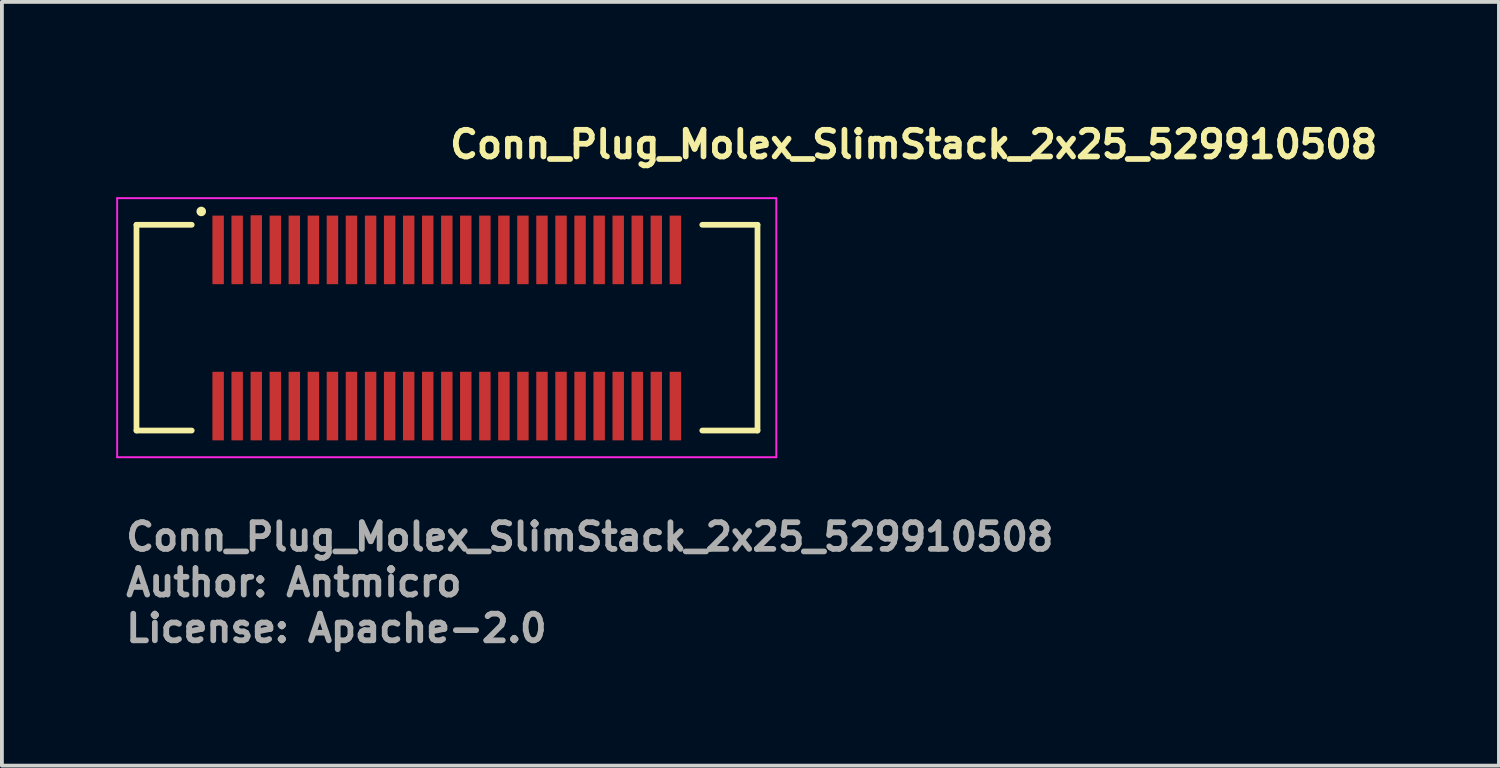
<source format=kicad_pcb>
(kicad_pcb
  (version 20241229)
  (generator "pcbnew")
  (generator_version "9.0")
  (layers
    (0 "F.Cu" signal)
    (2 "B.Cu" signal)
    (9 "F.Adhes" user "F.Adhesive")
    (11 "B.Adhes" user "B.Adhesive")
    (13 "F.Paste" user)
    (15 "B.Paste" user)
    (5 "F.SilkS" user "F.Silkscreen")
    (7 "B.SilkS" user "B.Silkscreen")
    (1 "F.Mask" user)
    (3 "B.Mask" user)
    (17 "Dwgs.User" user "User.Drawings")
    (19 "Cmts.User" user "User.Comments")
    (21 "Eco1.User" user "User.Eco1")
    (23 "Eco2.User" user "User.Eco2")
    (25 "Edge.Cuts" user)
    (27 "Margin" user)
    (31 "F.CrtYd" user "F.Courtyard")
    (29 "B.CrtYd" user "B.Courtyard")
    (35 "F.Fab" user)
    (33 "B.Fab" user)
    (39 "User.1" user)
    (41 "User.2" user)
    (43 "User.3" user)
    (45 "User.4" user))
  (footprint "Conn_Plug_Molex_SlimStack_2x25_529910508"
    (layer "F.Cu")
    (at 8.682 5.55)
    (property "Reference" "Conn_Plug_Molex_SlimStack_2x25_529910508" (at 0 -4.4 0) (layer "F.SilkS") (effects (font (size 0.7 0.7) (thickness 0.15)) (justify left bottom)))
    (attr smd)
    (fp_line (start -8.15 -2.7) (end -8.15 2.7) (stroke (width 0.15) (type solid)) (layer "F.SilkS"))
    (fp_line (start -6.7 -2.7) (end -8.15 -2.7) (stroke (width 0.15) (type solid)) (layer "F.SilkS"))
    (fp_line (start -6.7 2.7) (end -8.15 2.7) (stroke (width 0.15) (type solid)) (layer "F.SilkS"))
    (fp_line (start 6.7 -2.7) (end 8.15 -2.7) (stroke (width 0.15) (type solid)) (layer "F.SilkS"))
    (fp_line (start 6.7 2.7) (end 8.15 2.7) (stroke (width 0.15) (type solid)) (layer "F.SilkS"))
    (fp_line (start 8.15 2.7) (end 8.15 -2.7) (stroke (width 0.15) (type solid)) (layer "F.SilkS"))
    (fp_circle (center -6.45 -3.05) (end -6.45 -3.1) (stroke (width 0.15) (type solid)) (fill yes) (layer "F.SilkS"))
    (fp_line (start -8.657 -3.399) (end -8.657 3.401) (stroke (width 0.05) (type solid)) (layer "F.CrtYd"))
    (fp_line (start -8.657 3.401) (end 8.643 3.401) (stroke (width 0.05) (type solid)) (layer "F.CrtYd"))
    (fp_line (start 8.643 -3.399) (end -8.657 -3.399) (stroke (width 0.05) (type solid)) (layer "F.CrtYd"))
    (fp_line (start 8.643 3.401) (end 8.643 -3.399) (stroke (width 0.05) (type solid)) (layer "F.CrtYd"))
    (fp_rect (start -8.158 2.703) (end 8.143 -2.699) (stroke (width 0.1) (type solid)) (fill no) (layer "User.5"))
    (fp_line (start -8.158 -2.518) (end -8.158 -2.507) (stroke (width 0.02) (type solid)) (layer "User.9"))
    (fp_line (start -8.158 -2.507) (end -8.158 -2.498) (stroke (width 0.02) (type solid)) (layer "User.9"))
    (fp_line (start -8.158 -1.718) (end -8.158 -1.708) (stroke (width 0.02) (type solid)) (layer "User.9"))
    (fp_line (start -8.158 -1.708) (end -8.158 -1.698) (stroke (width 0.02) (type solid)) (layer "User.9"))
    (fp_line (start -8.158 -1.698) (end -8.158 -2.498) (stroke (width 0.02) (type solid)) (layer "User.9"))
    (fp_line (start -8.158 -1.198) (end -8.158 -1.698) (stroke (width 0.02) (type solid)) (layer "User.9"))
    (fp_line (start -8.158 -1.198) (end -8.158 -0.698) (stroke (width 0.02) (type solid)) (layer "User.9"))
    (fp_line (start -8.158 -1.198) (end -7.608 -1.198) (stroke (width 0.02) (type solid)) (layer "User.9"))
    (fp_line (start -8.158 -0.698) (end -7.908 -0.698) (stroke (width 0.02) (type solid)) (layer "User.9"))
    (fp_line (start -8.158 0.702) (end -8.158 1.201) (stroke (width 0.02) (type solid)) (layer "User.9"))
    (fp_line (start -8.158 0.702) (end -7.908 0.702) (stroke (width 0.02) (type solid)) (layer "User.9"))
    (fp_line (start -8.158 1.201) (end -7.608 1.201) (stroke (width 0.02) (type solid)) (layer "User.9"))
    (fp_line (start -8.158 1.701) (end -8.158 1.201) (stroke (width 0.02) (type solid)) (layer "User.9"))
    (fp_line (start -8.158 1.701) (end -8.158 1.711) (stroke (width 0.02) (type solid)) (layer "User.9"))
    (fp_line (start -8.158 1.711) (end -8.158 1.721) (stroke (width 0.02) (type solid)) (layer "User.9"))
    (fp_line (start -8.158 1.721) (end -8.155 1.731) (stroke (width 0.02) (type solid)) (layer "User.9"))
    (fp_line (start -8.158 2.501) (end -8.158 1.701) (stroke (width 0.02) (type solid)) (layer "User.9"))
    (fp_line (start -8.158 2.501) (end -8.158 2.512) (stroke (width 0.02) (type solid)) (layer "User.9"))
    (fp_line (start -8.158 2.512) (end -8.158 2.521) (stroke (width 0.02) (type solid)) (layer "User.9"))
    (fp_line (start -8.158 2.521) (end -8.155 2.532) (stroke (width 0.02) (type solid)) (layer "User.9"))
    (fp_line (start -8.155 -2.538) (end -8.155 -2.527) (stroke (width 0.02) (type solid)) (layer "User.9"))
    (fp_line (start -8.155 -2.527) (end -8.158 -2.518) (stroke (width 0.02) (type solid)) (layer "User.9"))
    (fp_line (start -8.155 -1.738) (end -8.155 -1.728) (stroke (width 0.02) (type solid)) (layer "User.9"))
    (fp_line (start -8.155 -1.728) (end -8.158 -1.718) (stroke (width 0.02) (type solid)) (layer "User.9"))
    (fp_line (start -8.155 1.731) (end -8.155 1.741) (stroke (width 0.02) (type solid)) (layer "User.9"))
    (fp_line (start -8.155 1.741) (end -8.151 1.751) (stroke (width 0.02) (type solid)) (layer "User.9"))
    (fp_line (start -8.155 2.532) (end -8.155 2.541) (stroke (width 0.02) (type solid)) (layer "User.9"))
    (fp_line (start -8.155 2.541) (end -8.151 2.55) (stroke (width 0.02) (type solid)) (layer "User.9"))
    (fp_line (start -8.151 -2.546) (end -8.155 -2.538) (stroke (width 0.02) (type solid)) (layer "User.9"))
    (fp_line (start -8.151 -1.746) (end -8.155 -1.738) (stroke (width 0.02) (type solid)) (layer "User.9"))
    (fp_line (start -8.151 1.751) (end -8.149 1.761) (stroke (width 0.02) (type solid)) (layer "User.9"))
    (fp_line (start -8.151 2.55) (end -8.149 2.561) (stroke (width 0.02) (type solid)) (layer "User.9"))
    (fp_line (start -8.149 -2.557) (end -8.151 -2.546) (stroke (width 0.02) (type solid)) (layer "User.9"))
    (fp_line (start -8.149 -1.756) (end -8.151 -1.746) (stroke (width 0.02) (type solid)) (layer "User.9"))
    (fp_line (start -8.149 1.761) (end -8.146 1.769) (stroke (width 0.02) (type solid)) (layer "User.9"))
    (fp_line (start -8.149 2.561) (end -8.146 2.57) (stroke (width 0.02) (type solid)) (layer "User.9"))
    (fp_line (start -8.146 -2.566) (end -8.149 -2.557) (stroke (width 0.02) (type solid)) (layer "User.9"))
    (fp_line (start -8.146 -1.766) (end -8.149 -1.756) (stroke (width 0.02) (type solid)) (layer "User.9"))
    (fp_line (start -8.146 1.769) (end -8.142 1.779) (stroke (width 0.02) (type solid)) (layer "User.9"))
    (fp_line (start -8.146 2.57) (end -8.142 2.578) (stroke (width 0.02) (type solid)) (layer "User.9"))
    (fp_line (start -8.142 -2.575) (end -8.146 -2.566) (stroke (width 0.02) (type solid)) (layer "User.9"))
    (fp_line (start -8.142 -1.774) (end -8.146 -1.766) (stroke (width 0.02) (type solid)) (layer "User.9"))
    (fp_line (start -8.142 1.779) (end -8.139 1.787) (stroke (width 0.02) (type solid)) (layer "User.9"))
    (fp_line (start -8.142 2.578) (end -8.139 2.587) (stroke (width 0.02) (type solid)) (layer "User.9"))
    (fp_line (start -8.139 -2.583) (end -8.142 -2.575) (stroke (width 0.02) (type solid)) (layer "User.9"))
    (fp_line (start -8.139 -1.784) (end -8.142 -1.774) (stroke (width 0.02) (type solid)) (layer "User.9"))
    (fp_line (start -8.139 1.787) (end -8.135 1.796) (stroke (width 0.02) (type solid)) (layer "User.9"))
    (fp_line (start -8.139 2.587) (end -8.135 2.597) (stroke (width 0.02) (type solid)) (layer "User.9"))
    (fp_line (start -8.135 -2.592) (end -8.139 -2.583) (stroke (width 0.02) (type solid)) (layer "User.9"))
    (fp_line (start -8.135 -1.793) (end -8.139 -1.784) (stroke (width 0.02) (type solid)) (layer "User.9"))
    (fp_line (start -8.135 1.796) (end -8.129 1.804) (stroke (width 0.02) (type solid)) (layer "User.9"))
    (fp_line (start -8.135 2.597) (end -8.129 2.605) (stroke (width 0.02) (type solid)) (layer "User.9"))
    (fp_line (start -8.129 -2.6) (end -8.135 -2.592) (stroke (width 0.02) (type solid)) (layer "User.9"))
    (fp_line (start -8.129 -1.801) (end -8.135 -1.793) (stroke (width 0.02) (type solid)) (layer "User.9"))
    (fp_line (start -8.129 1.804) (end -8.125 1.812) (stroke (width 0.02) (type solid)) (layer "User.9"))
    (fp_line (start -8.129 2.605) (end -8.125 2.613) (stroke (width 0.02) (type solid)) (layer "User.9"))
    (fp_line (start -8.125 -2.608) (end -8.129 -2.6) (stroke (width 0.02) (type solid)) (layer "User.9"))
    (fp_line (start -8.125 -1.809) (end -8.129 -1.801) (stroke (width 0.02) (type solid)) (layer "User.9"))
    (fp_line (start -8.125 1.812) (end -8.119 1.82) (stroke (width 0.02) (type solid)) (layer "User.9"))
    (fp_line (start -8.125 2.613) (end -8.119 2.621) (stroke (width 0.02) (type solid)) (layer "User.9"))
    (fp_line (start -8.119 -2.616) (end -8.125 -2.608) (stroke (width 0.02) (type solid)) (layer "User.9"))
    (fp_line (start -8.119 -1.817) (end -8.125 -1.809) (stroke (width 0.02) (type solid)) (layer "User.9"))
    (fp_line (start -8.119 1.82) (end -8.113 1.828) (stroke (width 0.02) (type solid)) (layer "User.9"))
    (fp_line (start -8.119 2.621) (end -8.113 2.629) (stroke (width 0.02) (type solid)) (layer "User.9"))
    (fp_line (start -8.113 -2.624) (end -8.119 -2.616) (stroke (width 0.02) (type solid)) (layer "User.9"))
    (fp_line (start -8.113 -1.825) (end -8.119 -1.817) (stroke (width 0.02) (type solid)) (layer "User.9"))
    (fp_line (start -8.113 1.828) (end -8.107 1.836) (stroke (width 0.02) (type solid)) (layer "User.9"))
    (fp_line (start -8.113 2.629) (end -8.107 2.637) (stroke (width 0.02) (type solid)) (layer "User.9"))
    (fp_line (start -8.107 -2.632) (end -8.113 -2.624) (stroke (width 0.02) (type solid)) (layer "User.9"))
    (fp_line (start -8.107 -1.833) (end -8.113 -1.825) (stroke (width 0.02) (type solid)) (layer "User.9"))
    (fp_line (start -8.107 1.836) (end -8.1 1.844) (stroke (width 0.02) (type solid)) (layer "User.9"))
    (fp_line (start -8.107 2.637) (end -8.1 2.643) (stroke (width 0.02) (type solid)) (layer "User.9"))
    (fp_line (start -8.1 -2.639) (end -8.107 -2.632) (stroke (width 0.02) (type solid)) (layer "User.9"))
    (fp_line (start -8.1 -2.639) (end -8.1 -2.639) (stroke (width 0.02) (type solid)) (layer "User.9"))
    (fp_line (start -8.1 -1.839) (end -8.107 -1.833) (stroke (width 0.02) (type solid)) (layer "User.9"))
    (fp_line (start -8.1 -1.839) (end -8.1 -1.839) (stroke (width 0.02) (type solid)) (layer "User.9"))
    (fp_line (start -8.1 1.844) (end -8.1 1.844) (stroke (width 0.02) (type solid)) (layer "User.9"))
    (fp_line (start -8.1 1.844) (end -8.093 1.85) (stroke (width 0.02) (type solid)) (layer "User.9"))
    (fp_line (start -8.1 2.643) (end -8.1 2.643) (stroke (width 0.02) (type solid)) (layer "User.9"))
    (fp_line (start -8.1 2.643) (end -8.093 2.65) (stroke (width 0.02) (type solid)) (layer "User.9"))
    (fp_line (start -8.093 -2.647) (end -8.1 -2.639) (stroke (width 0.02) (type solid)) (layer "User.9"))
    (fp_line (start -8.093 -1.847) (end -8.1 -1.839) (stroke (width 0.02) (type solid)) (layer "User.9"))
    (fp_line (start -8.093 1.85) (end -8.084 1.856) (stroke (width 0.02) (type solid)) (layer "User.9"))
    (fp_line (start -8.093 2.65) (end -8.084 2.657) (stroke (width 0.02) (type solid)) (layer "User.9"))
    (fp_line (start -8.084 -2.652) (end -8.093 -2.647) (stroke (width 0.02) (type solid)) (layer "User.9"))
    (fp_line (start -8.084 -1.853) (end -8.093 -1.847) (stroke (width 0.02) (type solid)) (layer "User.9"))
    (fp_line (start -8.084 1.856) (end -8.077 1.862) (stroke (width 0.02) (type solid)) (layer "User.9"))
    (fp_line (start -8.084 2.657) (end -8.077 2.662) (stroke (width 0.02) (type solid)) (layer "User.9"))
    (fp_line (start -8.077 -2.659) (end -8.084 -2.652) (stroke (width 0.02) (type solid)) (layer "User.9"))
    (fp_line (start -8.077 -1.859) (end -8.084 -1.853) (stroke (width 0.02) (type solid)) (layer "User.9"))
    (fp_line (start -8.077 1.862) (end -8.068 1.868) (stroke (width 0.02) (type solid)) (layer "User.9"))
    (fp_line (start -8.077 2.662) (end -8.068 2.669) (stroke (width 0.02) (type solid)) (layer "User.9"))
    (fp_line (start -8.068 -2.664) (end -8.077 -2.659) (stroke (width 0.02) (type solid)) (layer "User.9"))
    (fp_line (start -8.068 -1.865) (end -8.077 -1.859) (stroke (width 0.02) (type solid)) (layer "User.9"))
    (fp_line (start -8.068 1.868) (end -8.061 1.874) (stroke (width 0.02) (type solid)) (layer "User.9"))
    (fp_line (start -8.068 2.669) (end -8.061 2.674) (stroke (width 0.02) (type solid)) (layer "User.9"))
    (fp_line (start -8.061 -2.67) (end -8.068 -2.664) (stroke (width 0.02) (type solid)) (layer "User.9"))
    (fp_line (start -8.061 -1.869) (end -8.068 -1.865) (stroke (width 0.02) (type solid)) (layer "User.9"))
    (fp_line (start -8.061 1.874) (end -8.052 1.878) (stroke (width 0.02) (type solid)) (layer "User.9"))
    (fp_line (start -8.061 2.674) (end -8.052 2.678) (stroke (width 0.02) (type solid)) (layer "User.9"))
    (fp_line (start -8.052 -2.675) (end -8.061 -2.67) (stroke (width 0.02) (type solid)) (layer "User.9"))
    (fp_line (start -8.052 -1.875) (end -8.061 -1.869) (stroke (width 0.02) (type solid)) (layer "User.9"))
    (fp_line (start -8.052 1.878) (end -8.043 1.882) (stroke (width 0.02) (type solid)) (layer "User.9"))
    (fp_line (start -8.052 2.678) (end -8.043 2.682) (stroke (width 0.02) (type solid)) (layer "User.9"))
    (fp_line (start -8.043 -2.679) (end -8.052 -2.675) (stroke (width 0.02) (type solid)) (layer "User.9"))
    (fp_line (start -8.043 -1.879) (end -8.052 -1.875) (stroke (width 0.02) (type solid)) (layer "User.9"))
    (fp_line (start -8.043 1.882) (end -8.035 1.886) (stroke (width 0.02) (type solid)) (layer "User.9"))
    (fp_line (start -8.043 2.682) (end -8.035 2.686) (stroke (width 0.02) (type solid)) (layer "User.9"))
    (fp_line (start -8.035 -2.683) (end -8.043 -2.679) (stroke (width 0.02) (type solid)) (layer "User.9"))
    (fp_line (start -8.035 -1.883) (end -8.043 -1.879) (stroke (width 0.02) (type solid)) (layer "User.9"))
    (fp_line (start -8.035 1.886) (end -8.026 1.89) (stroke (width 0.02) (type solid)) (layer "User.9"))
    (fp_line (start -8.035 2.686) (end -8.026 2.691) (stroke (width 0.02) (type solid)) (layer "User.9"))
    (fp_line (start -8.026 -2.687) (end -8.035 -2.683) (stroke (width 0.02) (type solid)) (layer "User.9"))
    (fp_line (start -8.026 -1.887) (end -8.035 -1.883) (stroke (width 0.02) (type solid)) (layer "User.9"))
    (fp_line (start -8.026 1.89) (end -8.017 1.894) (stroke (width 0.02) (type solid)) (layer "User.9"))
    (fp_line (start -8.026 2.691) (end -8.017 2.694) (stroke (width 0.02) (type solid)) (layer "User.9"))
    (fp_line (start -8.017 -2.689) (end -8.026 -2.687) (stroke (width 0.02) (type solid)) (layer "User.9"))
    (fp_line (start -8.017 -1.889) (end -8.026 -1.887) (stroke (width 0.02) (type solid)) (layer "User.9"))
    (fp_line (start -8.017 1.894) (end -8.007 1.896) (stroke (width 0.02) (type solid)) (layer "User.9"))
    (fp_line (start -8.017 2.694) (end -8.007 2.695) (stroke (width 0.02) (type solid)) (layer "User.9"))
    (fp_line (start -8.007 -2.692) (end -8.017 -2.689) (stroke (width 0.02) (type solid)) (layer "User.9"))
    (fp_line (start -8.007 -1.891) (end -8.017 -1.889) (stroke (width 0.02) (type solid)) (layer "User.9"))
    (fp_line (start -8.007 1.896) (end -7.998 1.898) (stroke (width 0.02) (type solid)) (layer "User.9"))
    (fp_line (start -8.007 2.695) (end -7.998 2.699) (stroke (width 0.02) (type solid)) (layer "User.9"))
    (fp_line (start -7.998 -2.695) (end -8.007 -2.692) (stroke (width 0.02) (type solid)) (layer "User.9"))
    (fp_line (start -7.998 -1.895) (end -8.007 -1.891) (stroke (width 0.02) (type solid)) (layer "User.9"))
    (fp_line (start -7.998 1.898) (end -7.988 1.9) (stroke (width 0.02) (type solid)) (layer "User.9"))
    (fp_line (start -7.998 2.699) (end -7.988 2.699) (stroke (width 0.02) (type solid)) (layer "User.9"))
    (fp_line (start -7.988 -2.696) (end -7.998 -2.695) (stroke (width 0.02) (type solid)) (layer "User.9"))
    (fp_line (start -7.988 -1.895) (end -7.998 -1.895) (stroke (width 0.02) (type solid)) (layer "User.9"))
    (fp_line (start -7.988 1.9) (end -7.977 1.902) (stroke (width 0.02) (type solid)) (layer "User.9"))
    (fp_line (start -7.988 2.699) (end -7.977 2.702) (stroke (width 0.02) (type solid)) (layer "User.9"))
    (fp_line (start -7.977 -2.697) (end -7.988 -2.696) (stroke (width 0.02) (type solid)) (layer "User.9"))
    (fp_line (start -7.977 -1.897) (end -7.988 -1.895) (stroke (width 0.02) (type solid)) (layer "User.9"))
    (fp_line (start -7.977 1.902) (end -7.967 1.902) (stroke (width 0.02) (type solid)) (layer "User.9"))
    (fp_line (start -7.977 2.702) (end -7.967 2.702) (stroke (width 0.02) (type solid)) (layer "User.9"))
    (fp_line (start -7.967 -2.697) (end -7.977 -2.697) (stroke (width 0.02) (type solid)) (layer "User.9"))
    (fp_line (start -7.967 -1.897) (end -7.977 -1.897) (stroke (width 0.02) (type solid)) (layer "User.9"))
    (fp_line (start -7.967 1.902) (end -7.959 1.902) (stroke (width 0.02) (type solid)) (layer "User.9"))
    (fp_line (start -7.967 2.702) (end -7.959 2.703) (stroke (width 0.02) (type solid)) (layer "User.9"))
    (fp_line (start -7.959 -2.699) (end -7.967 -2.697) (stroke (width 0.02) (type solid)) (layer "User.9"))
    (fp_line (start -7.959 -2.699) (end -7.007 -2.699) (stroke (width 0.02) (type solid)) (layer "User.9"))
    (fp_line (start -7.959 -2.147) (end -7.959 -1.897) (stroke (width 0.02) (type solid)) (layer "User.9"))
    (fp_line (start -7.959 -2.147) (end -6.358 -2.147) (stroke (width 0.02) (type solid)) (layer "User.9"))
    (fp_line (start -7.959 -1.897) (end -7.967 -1.897) (stroke (width 0.02) (type solid)) (layer "User.9"))
    (fp_line (start -7.959 2.151) (end -7.959 1.902) (stroke (width 0.02) (type solid)) (layer "User.9"))
    (fp_line (start -7.959 2.151) (end -6.358 2.151) (stroke (width 0.02) (type solid)) (layer "User.9"))
    (fp_line (start -7.959 2.703) (end -7.007 2.703) (stroke (width 0.02) (type solid)) (layer "User.9"))
    (fp_line (start -7.908 -1.099) (end -7.608 -1.099) (stroke (width 0.02) (type solid)) (layer "User.9"))
    (fp_line (start -7.908 -0.698) (end -7.908 -1.099) (stroke (width 0.02) (type solid)) (layer "User.9"))
    (fp_line (start -7.908 0.702) (end -7.807 0.702) (stroke (width 0.02) (type solid)) (layer "User.9"))
    (fp_line (start -7.908 1.102) (end -7.908 0.702) (stroke (width 0.02) (type solid)) (layer "User.9"))
    (fp_line (start -7.807 -0.997) (end -7.908 -1.099) (stroke (width 0.02) (type solid)) (layer "User.9"))
    (fp_line (start -7.807 -0.997) (end -7.608 -0.997) (stroke (width 0.02) (type solid)) (layer "User.9"))
    (fp_line (start -7.807 -0.698) (end -7.908 -0.698) (stroke (width 0.02) (type solid)) (layer "User.9"))
    (fp_line (start -7.807 -0.698) (end -7.807 -0.997) (stroke (width 0.02) (type solid)) (layer "User.9"))
    (fp_line (start -7.807 1.001) (end -7.908 1.102) (stroke (width 0.02) (type solid)) (layer "User.9"))
    (fp_line (start -7.807 1.001) (end -7.807 0.702) (stroke (width 0.02) (type solid)) (layer "User.9"))
    (fp_line (start -7.608 -0.698) (end -7.807 -0.698) (stroke (width 0.02) (type solid)) (layer "User.9"))
    (fp_line (start -7.608 0.702) (end -7.807 0.702) (stroke (width 0.02) (type solid)) (layer "User.9"))
    (fp_line (start -7.608 1.001) (end -7.807 1.001) (stroke (width 0.02) (type solid)) (layer "User.9"))
    (fp_line (start -7.608 1.102) (end -7.908 1.102) (stroke (width 0.02) (type solid)) (layer "User.9"))
    (fp_line (start -7.608 1.201) (end -7.608 -1.198) (stroke (width 0.02) (type solid)) (layer "User.9"))
    (fp_line (start -7.007 -2.699) (end -7.007 -2.147) (stroke (width 0.02) (type solid)) (layer "User.9"))
    (fp_line (start -7.007 2.703) (end -7.007 2.151) (stroke (width 0.02) (type solid)) (layer "User.9"))
    (fp_line (start -6.882 -1.393) (end -6.881 -1.403) (stroke (width 0.02) (type solid)) (layer "User.9"))
    (fp_line (start -6.882 -1.383) (end -6.882 -1.393) (stroke (width 0.02) (type solid)) (layer "User.9"))
    (fp_line (start -6.882 -1.373) (end -6.882 -1.383) (stroke (width 0.02) (type solid)) (layer "User.9"))
    (fp_line (start -6.882 1.376) (end -6.882 -1.373) (stroke (width 0.02) (type solid)) (layer "User.9"))
    (fp_line (start -6.882 1.388) (end -6.882 1.376) (stroke (width 0.02) (type solid)) (layer "User.9"))
    (fp_line (start -6.882 1.398) (end -6.882 1.388) (stroke (width 0.02) (type solid)) (layer "User.9"))
    (fp_line (start -6.881 -1.403) (end -6.879 -1.414) (stroke (width 0.02) (type solid)) (layer "User.9"))
    (fp_line (start -6.881 1.408) (end -6.882 1.398) (stroke (width 0.02) (type solid)) (layer "User.9"))
    (fp_line (start -6.879 -1.414) (end -6.876 -1.422) (stroke (width 0.02) (type solid)) (layer "User.9"))
    (fp_line (start -6.879 1.417) (end -6.881 1.408) (stroke (width 0.02) (type solid)) (layer "User.9"))
    (fp_line (start -6.876 -1.422) (end -6.874 -1.432) (stroke (width 0.02) (type solid)) (layer "User.9"))
    (fp_line (start -6.876 1.427) (end -6.879 1.417) (stroke (width 0.02) (type solid)) (layer "User.9"))
    (fp_line (start -6.874 -1.434) (end 6.858 -1.434) (stroke (width 0.02) (type solid)) (layer "User.9"))
    (fp_line (start -6.874 -1.432) (end -6.871 -1.442) (stroke (width 0.02) (type solid)) (layer "User.9"))
    (fp_line (start -6.874 1.437) (end -6.876 1.427) (stroke (width 0.02) (type solid)) (layer "User.9"))
    (fp_line (start -6.871 -1.442) (end -6.868 -1.45) (stroke (width 0.02) (type solid)) (layer "User.9"))
    (fp_line (start -6.871 1.445) (end -6.874 1.437) (stroke (width 0.02) (type solid)) (layer "User.9"))
    (fp_line (start -6.868 -1.45) (end -6.863 -1.46) (stroke (width 0.02) (type solid)) (layer "User.9"))
    (fp_line (start -6.868 1.455) (end -6.871 1.445) (stroke (width 0.02) (type solid)) (layer "User.9"))
    (fp_line (start -6.863 -1.462) (end -6.853 -1.478) (stroke (width 0.02) (type solid)) (layer "User.9"))
    (fp_line (start -6.863 -1.46) (end -6.858 -1.468) (stroke (width 0.02) (type solid)) (layer "User.9"))
    (fp_line (start -6.863 1.463) (end -6.868 1.455) (stroke (width 0.02) (type solid)) (layer "User.9"))
    (fp_line (start -6.858 -1.468) (end -6.855 -1.476) (stroke (width 0.02) (type solid)) (layer "User.9"))
    (fp_line (start -6.858 1.473) (end -6.863 1.463) (stroke (width 0.02) (type solid)) (layer "User.9"))
    (fp_line (start -6.855 -1.476) (end -6.849 -1.484) (stroke (width 0.02) (type solid)) (layer "User.9"))
    (fp_line (start -6.855 1.481) (end -6.858 1.473) (stroke (width 0.02) (type solid)) (layer "User.9"))
    (fp_line (start -6.853 1.481) (end -6.863 1.465) (stroke (width 0.02) (type solid)) (layer "User.9"))
    (fp_line (start -6.849 -1.484) (end -6.844 -1.492) (stroke (width 0.02) (type solid)) (layer "User.9"))
    (fp_line (start -6.849 1.489) (end -6.855 1.481) (stroke (width 0.02) (type solid)) (layer "User.9"))
    (fp_line (start -6.844 -1.492) (end -6.837 -1.5) (stroke (width 0.02) (type solid)) (layer "User.9"))
    (fp_line (start -6.844 1.497) (end -6.849 1.489) (stroke (width 0.02) (type solid)) (layer "User.9"))
    (fp_line (start -6.837 -1.5) (end -6.831 -1.508) (stroke (width 0.02) (type solid)) (layer "User.9"))
    (fp_line (start -6.837 1.505) (end -6.844 1.497) (stroke (width 0.02) (type solid)) (layer "User.9"))
    (fp_line (start -6.831 -1.508) (end -6.825 -1.514) (stroke (width 0.02) (type solid)) (layer "User.9"))
    (fp_line (start -6.831 1.511) (end -6.837 1.505) (stroke (width 0.02) (type solid)) (layer "User.9"))
    (fp_line (start -6.825 -1.514) (end -6.818 -1.522) (stroke (width 0.02) (type solid)) (layer "User.9"))
    (fp_line (start -6.825 1.519) (end -6.831 1.511) (stroke (width 0.02) (type solid)) (layer "User.9"))
    (fp_line (start -6.82 -1.518) (end -6.799 -1.537) (stroke (width 0.02) (type solid)) (layer "User.9"))
    (fp_line (start -6.818 -1.522) (end -6.81 -1.528) (stroke (width 0.02) (type solid)) (layer "User.9"))
    (fp_line (start -6.818 1.525) (end -6.825 1.519) (stroke (width 0.02) (type solid)) (layer "User.9"))
    (fp_line (start -6.81 -1.528) (end -6.802 -1.534) (stroke (width 0.02) (type solid)) (layer "User.9"))
    (fp_line (start -6.81 1.531) (end -6.818 1.525) (stroke (width 0.02) (type solid)) (layer "User.9"))
    (fp_line (start -6.802 -1.534) (end -6.794 -1.539) (stroke (width 0.02) (type solid)) (layer "User.9"))
    (fp_line (start -6.802 1.537) (end -6.81 1.531) (stroke (width 0.02) (type solid)) (layer "User.9"))
    (fp_line (start -6.799 1.54) (end -6.82 1.523) (stroke (width 0.02) (type solid)) (layer "User.9"))
    (fp_line (start -6.794 -1.539) (end -6.786 -1.545) (stroke (width 0.02) (type solid)) (layer "User.9"))
    (fp_line (start -6.794 1.542) (end -6.802 1.537) (stroke (width 0.02) (type solid)) (layer "User.9"))
    (fp_line (start -6.786 -1.545) (end -6.778 -1.549) (stroke (width 0.02) (type solid)) (layer "User.9"))
    (fp_line (start -6.786 1.548) (end -6.794 1.542) (stroke (width 0.02) (type solid)) (layer "User.9"))
    (fp_line (start -6.778 -1.549) (end -6.77 -1.553) (stroke (width 0.02) (type solid)) (layer "User.9"))
    (fp_line (start -6.778 1.552) (end -6.786 1.548) (stroke (width 0.02) (type solid)) (layer "User.9"))
    (fp_line (start -6.77 -1.553) (end -6.767 -1.555) (stroke (width 0.02) (type solid)) (layer "User.9"))
    (fp_line (start -6.77 -1.553) (end -6.76 -1.557) (stroke (width 0.02) (type solid)) (layer "User.9"))
    (fp_line (start -6.77 1.558) (end -6.778 1.552) (stroke (width 0.02) (type solid)) (layer "User.9"))
    (fp_line (start -6.767 -1.555) (end -6.762 -1.557) (stroke (width 0.02) (type solid)) (layer "User.9"))
    (fp_line (start -6.767 1.558) (end -6.77 1.556) (stroke (width 0.02) (type solid)) (layer "User.9"))
    (fp_line (start -6.762 -1.557) (end -6.759 -1.559) (stroke (width 0.02) (type solid)) (layer "User.9"))
    (fp_line (start -6.762 1.56) (end -6.767 1.558) (stroke (width 0.02) (type solid)) (layer "User.9"))
    (fp_line (start -6.76 -1.557) (end -6.751 -1.561) (stroke (width 0.02) (type solid)) (layer "User.9"))
    (fp_line (start -6.76 1.562) (end -6.77 1.558) (stroke (width 0.02) (type solid)) (layer "User.9"))
    (fp_line (start -6.759 -1.559) (end -6.754 -1.559) (stroke (width 0.02) (type solid)) (layer "User.9"))
    (fp_line (start -6.759 1.562) (end -6.762 1.56) (stroke (width 0.02) (type solid)) (layer "User.9"))
    (fp_line (start -6.754 -1.559) (end -6.749 -1.561) (stroke (width 0.02) (type solid)) (layer "User.9"))
    (fp_line (start -6.754 1.564) (end -6.759 1.562) (stroke (width 0.02) (type solid)) (layer "User.9"))
    (fp_line (start -6.751 -1.561) (end -6.743 -1.565) (stroke (width 0.02) (type solid)) (layer "User.9"))
    (fp_line (start -6.751 1.564) (end -6.76 1.562) (stroke (width 0.02) (type solid)) (layer "User.9"))
    (fp_line (start -6.749 -1.561) (end -6.746 -1.563) (stroke (width 0.02) (type solid)) (layer "User.9"))
    (fp_line (start -6.749 1.566) (end -6.754 1.564) (stroke (width 0.02) (type solid)) (layer "User.9"))
    (fp_line (start -6.746 -1.563) (end -6.741 -1.565) (stroke (width 0.02) (type solid)) (layer "User.9"))
    (fp_line (start -6.746 1.566) (end -6.749 1.566) (stroke (width 0.02) (type solid)) (layer "User.9"))
    (fp_line (start -6.743 -1.565) (end -6.733 -1.567) (stroke (width 0.02) (type solid)) (layer "User.9"))
    (fp_line (start -6.743 1.568) (end -6.751 1.564) (stroke (width 0.02) (type solid)) (layer "User.9"))
    (fp_line (start -6.741 -1.565) (end -6.735 -1.565) (stroke (width 0.02) (type solid)) (layer "User.9"))
    (fp_line (start -6.741 1.568) (end -6.746 1.566) (stroke (width 0.02) (type solid)) (layer "User.9"))
    (fp_line (start -6.735 1.57) (end -6.741 1.568) (stroke (width 0.02) (type solid)) (layer "User.9"))
    (fp_line (start -6.733 -1.567) (end -6.724 -1.569) (stroke (width 0.02) (type solid)) (layer "User.9"))
    (fp_line (start -6.733 1.57) (end -6.743 1.568) (stroke (width 0.02) (type solid)) (layer "User.9"))
    (fp_line (start -6.724 -1.569) (end -6.714 -1.571) (stroke (width 0.02) (type solid)) (layer "User.9"))
    (fp_line (start -6.724 1.572) (end -6.733 1.57) (stroke (width 0.02) (type solid)) (layer "User.9"))
    (fp_line (start -6.714 -1.571) (end -6.703 -1.571) (stroke (width 0.02) (type solid)) (layer "User.9"))
    (fp_line (start -6.714 1.574) (end -6.724 1.572) (stroke (width 0.02) (type solid)) (layer "User.9"))
    (fp_line (start -6.703 -1.571) (end -6.693 -1.573) (stroke (width 0.02) (type solid)) (layer "User.9"))
    (fp_line (start -6.703 1.576) (end -6.714 1.574) (stroke (width 0.02) (type solid)) (layer "User.9"))
    (fp_line (start -6.693 -1.573) (end -6.682 -1.573) (stroke (width 0.02) (type solid)) (layer "User.9"))
    (fp_line (start -6.693 1.576) (end -6.703 1.576) (stroke (width 0.02) (type solid)) (layer "User.9"))
    (fp_line (start -6.682 -1.573) (end -6.358 -1.573) (stroke (width 0.02) (type solid)) (layer "User.9"))
    (fp_line (start -6.682 1.576) (end -6.693 1.576) (stroke (width 0.02) (type solid)) (layer "User.9"))
    (fp_line (start -6.358 -2.147) (end -6.358 -1.843) (stroke (width 0.02) (type solid)) (layer "User.9"))
    (fp_line (start -6.358 -1.573) (end -6.358 -1.843) (stroke (width 0.02) (type solid)) (layer "User.9"))
    (fp_line (start -6.358 -0.809) (end -6.358 -0.804) (stroke (width 0.02) (type solid)) (layer "User.9"))
    (fp_line (start -6.358 -0.804) (end -6.358 -0.799) (stroke (width 0.02) (type solid)) (layer "User.9"))
    (fp_line (start -6.358 -0.799) (end -6.358 0.803) (stroke (width 0.02) (type solid)) (layer "User.9"))
    (fp_line (start -6.358 0.803) (end -6.358 0.808) (stroke (width 0.02) (type solid)) (layer "User.9"))
    (fp_line (start -6.358 0.808) (end -6.358 0.813) (stroke (width 0.02) (type solid)) (layer "User.9"))
    (fp_line (start -6.358 0.813) (end -6.357 0.818) (stroke (width 0.02) (type solid)) (layer "User.9"))
    (fp_line (start -6.358 1.576) (end -6.682 1.576) (stroke (width 0.02) (type solid)) (layer "User.9"))
    (fp_line (start -6.358 1.846) (end -6.358 1.576) (stroke (width 0.02) (type solid)) (layer "User.9"))
    (fp_line (start -6.358 1.846) (end -6.358 2.151) (stroke (width 0.02) (type solid)) (layer "User.9"))
    (fp_line (start -6.357 -0.814) (end -6.358 -0.809) (stroke (width 0.02) (type solid)) (layer "User.9"))
    (fp_line (start -6.357 0.818) (end -6.355 0.823) (stroke (width 0.02) (type solid)) (layer "User.9"))
    (fp_line (start -6.355 -0.823) (end -6.355 -0.819) (stroke (width 0.02) (type solid)) (layer "User.9"))
    (fp_line (start -6.355 -0.819) (end -6.357 -0.814) (stroke (width 0.02) (type solid)) (layer "User.9"))
    (fp_line (start -6.355 0.823) (end -6.355 0.827) (stroke (width 0.02) (type solid)) (layer "User.9"))
    (fp_line (start -6.355 0.827) (end -6.353 0.832) (stroke (width 0.02) (type solid)) (layer "User.9"))
    (fp_line (start -6.353 -0.828) (end -6.355 -0.823) (stroke (width 0.02) (type solid)) (layer "User.9"))
    (fp_line (start -6.353 0.832) (end -6.352 0.836) (stroke (width 0.02) (type solid)) (layer "User.9"))
    (fp_line (start -6.352 -0.832) (end -6.353 -0.828) (stroke (width 0.02) (type solid)) (layer "User.9"))
    (fp_line (start -6.352 0.836) (end -6.35 0.84) (stroke (width 0.02) (type solid)) (layer "User.9"))
    (fp_line (start -6.35 -0.836) (end -6.352 -0.832) (stroke (width 0.02) (type solid)) (layer "User.9"))
    (fp_line (start -6.35 0.84) (end -6.349 0.845) (stroke (width 0.02) (type solid)) (layer "User.9"))
    (fp_line (start -6.349 -0.841) (end -6.35 -0.836) (stroke (width 0.02) (type solid)) (layer "User.9"))
    (fp_line (start -6.349 0.845) (end -6.345 0.849) (stroke (width 0.02) (type solid)) (layer "User.9"))
    (fp_line (start -6.345 -0.845) (end -6.349 -0.841) (stroke (width 0.02) (type solid)) (layer "User.9"))
    (fp_line (start -6.345 0.849) (end -6.344 0.853) (stroke (width 0.02) (type solid)) (layer "User.9"))
    (fp_line (start -6.344 -0.849) (end -6.345 -0.845) (stroke (width 0.02) (type solid)) (layer "User.9"))
    (fp_line (start -6.344 0.853) (end -6.341 0.857) (stroke (width 0.02) (type solid)) (layer "User.9"))
    (fp_line (start -6.341 -0.853) (end -6.344 -0.849) (stroke (width 0.02) (type solid)) (layer "User.9"))
    (fp_line (start -6.341 0.857) (end -6.339 0.861) (stroke (width 0.02) (type solid)) (layer "User.9"))
    (fp_line (start -6.339 -0.857) (end -6.341 -0.853) (stroke (width 0.02) (type solid)) (layer "User.9"))
    (fp_line (start -6.339 0.861) (end -6.336 0.865) (stroke (width 0.02) (type solid)) (layer "User.9"))
    (fp_line (start -6.336 -0.861) (end -6.339 -0.857) (stroke (width 0.02) (type solid)) (layer "User.9"))
    (fp_line (start -6.336 0.865) (end -6.333 0.869) (stroke (width 0.02) (type solid)) (layer "User.9"))
    (fp_line (start -6.333 -0.865) (end -6.336 -0.861) (stroke (width 0.02) (type solid)) (layer "User.9"))
    (fp_line (start -6.333 0.869) (end -6.328 0.872) (stroke (width 0.02) (type solid)) (layer "User.9"))
    (fp_line (start -6.328 -0.868) (end -6.333 -0.865) (stroke (width 0.02) (type solid)) (layer "User.9"))
    (fp_line (start -6.328 0.872) (end -6.326 0.876) (stroke (width 0.02) (type solid)) (layer "User.9"))
    (fp_line (start -6.326 -0.872) (end -6.328 -0.868) (stroke (width 0.02) (type solid)) (layer "User.9"))
    (fp_line (start -6.326 0.876) (end -6.321 0.879) (stroke (width 0.02) (type solid)) (layer "User.9"))
    (fp_line (start -6.321 -0.875) (end -6.326 -0.872) (stroke (width 0.02) (type solid)) (layer "User.9"))
    (fp_line (start -6.321 0.879) (end -6.318 0.882) (stroke (width 0.02) (type solid)) (layer "User.9"))
    (fp_line (start -6.318 -0.878) (end -6.321 -0.875) (stroke (width 0.02) (type solid)) (layer "User.9"))
    (fp_line (start -6.318 0.882) (end -6.313 0.884) (stroke (width 0.02) (type solid)) (layer "User.9"))
    (fp_line (start -6.313 -0.88) (end -6.318 -0.878) (stroke (width 0.02) (type solid)) (layer "User.9"))
    (fp_line (start -6.313 0.884) (end -6.31 0.887) (stroke (width 0.02) (type solid)) (layer "User.9"))
    (fp_line (start -6.31 -0.883) (end -6.313 -0.88) (stroke (width 0.02) (type solid)) (layer "User.9"))
    (fp_line (start -6.31 0.887) (end -6.305 0.889) (stroke (width 0.02) (type solid)) (layer "User.9"))
    (fp_line (start -6.305 -0.885) (end -6.31 -0.883) (stroke (width 0.02) (type solid)) (layer "User.9"))
    (fp_line (start -6.305 0.889) (end -6.302 0.892) (stroke (width 0.02) (type solid)) (layer "User.9"))
    (fp_line (start -6.302 -0.888) (end -6.305 -0.885) (stroke (width 0.02) (type solid)) (layer "User.9"))
    (fp_line (start -6.302 0.892) (end -6.296 0.894) (stroke (width 0.02) (type solid)) (layer "User.9"))
    (fp_line (start -6.296 -0.89) (end -6.302 -0.888) (stroke (width 0.02) (type solid)) (layer "User.9"))
    (fp_line (start -6.296 0.894) (end -6.293 0.895) (stroke (width 0.02) (type solid)) (layer "User.9"))
    (fp_line (start -6.293 -0.891) (end -6.296 -0.89) (stroke (width 0.02) (type solid)) (layer "User.9"))
    (fp_line (start -6.293 0.895) (end -6.288 0.897) (stroke (width 0.02) (type solid)) (layer "User.9"))
    (fp_line (start -6.288 -0.893) (end -6.293 -0.891) (stroke (width 0.02) (type solid)) (layer "User.9"))
    (fp_line (start -6.288 0.897) (end -6.283 0.899) (stroke (width 0.02) (type solid)) (layer "User.9"))
    (fp_line (start -6.283 -0.895) (end -6.288 -0.893) (stroke (width 0.02) (type solid)) (layer "User.9"))
    (fp_line (start -6.283 0.899) (end -6.278 0.9) (stroke (width 0.02) (type solid)) (layer "User.9"))
    (fp_line (start -6.278 -0.896) (end -6.283 -0.895) (stroke (width 0.02) (type solid)) (layer "User.9"))
    (fp_line (start -6.278 0.9) (end -6.273 0.901) (stroke (width 0.02) (type solid)) (layer "User.9"))
    (fp_line (start -6.273 -0.897) (end -6.278 -0.896) (stroke (width 0.02) (type solid)) (layer "User.9"))
    (fp_line (start -6.273 0.901) (end -6.268 0.902) (stroke (width 0.02) (type solid)) (layer "User.9"))
    (fp_line (start -6.268 -0.898) (end -6.273 -0.897) (stroke (width 0.02) (type solid)) (layer "User.9"))
    (fp_line (start -6.268 0.902) (end -6.264 0.902) (stroke (width 0.02) (type solid)) (layer "User.9"))
    (fp_line (start -6.264 -0.898) (end -6.268 -0.898) (stroke (width 0.02) (type solid)) (layer "User.9"))
    (fp_line (start -6.264 0.902) (end -6.257 0.903) (stroke (width 0.02) (type solid)) (layer "User.9"))
    (fp_line (start -6.257 -0.899) (end -6.264 -0.898) (stroke (width 0.02) (type solid)) (layer "User.9"))
    (fp_line (start -6.257 -0.799) (end -6.358 -0.799) (stroke (width 0.02) (type solid)) (layer "User.9"))
    (fp_line (start -6.257 -0.799) (end -6.257 -0.899) (stroke (width 0.02) (type solid)) (layer "User.9"))
    (fp_line (start -6.257 0.803) (end -6.358 0.803) (stroke (width 0.02) (type solid)) (layer "User.9"))
    (fp_line (start -6.257 0.803) (end -6.257 0.903) (stroke (width 0.02) (type solid)) (layer "User.9"))
    (fp_line (start -6.257 0.903) (end 6.242 0.903) (stroke (width 0.02) (type solid)) (layer "User.9"))
    (fp_line (start -6.108 -2.647) (end -6.108 -2.147) (stroke (width 0.02) (type solid)) (layer "User.9"))
    (fp_line (start -6.108 -1.083) (end -6.108 -1.035) (stroke (width 0.02) (type solid)) (layer "User.9"))
    (fp_line (start -6.108 -1.083) (end -5.908 -1.083) (stroke (width 0.02) (type solid)) (layer "User.9"))
    (fp_line (start -6.108 -1.035) (end -6.108 -0.899) (stroke (width 0.02) (type solid)) (layer "User.9"))
    (fp_line (start -6.108 0.903) (end -6.108 1.04) (stroke (width 0.02) (type solid)) (layer "User.9"))
    (fp_line (start -6.108 1.04) (end -6.108 1.086) (stroke (width 0.02) (type solid)) (layer "User.9"))
    (fp_line (start -6.108 1.086) (end -5.908 1.086) (stroke (width 0.02) (type solid)) (layer "User.9"))
    (fp_line (start -6.108 2.151) (end -6.108 2.651) (stroke (width 0.02) (type solid)) (layer "User.9"))
    (fp_line (start -5.908 -2.647) (end -6.108 -2.647) (stroke (width 0.02) (type solid)) (layer "User.9"))
    (fp_line (start -5.908 -2.647) (end -5.908 -2.147) (stroke (width 0.02) (type solid)) (layer "User.9"))
    (fp_line (start -5.908 -1.083) (end -5.908 -1.035) (stroke (width 0.02) (type solid)) (layer "User.9"))
    (fp_line (start -5.908 -1.035) (end -5.908 -0.899) (stroke (width 0.02) (type solid)) (layer "User.9"))
    (fp_line (start -5.908 0.903) (end -5.908 1.04) (stroke (width 0.02) (type solid)) (layer "User.9"))
    (fp_line (start -5.908 1.04) (end -5.908 1.086) (stroke (width 0.02) (type solid)) (layer "User.9"))
    (fp_line (start -5.908 2.151) (end -5.908 2.651) (stroke (width 0.02) (type solid)) (layer "User.9"))
    (fp_line (start -5.908 2.651) (end -6.108 2.651) (stroke (width 0.02) (type solid)) (layer "User.9"))
    (fp_line (start -5.608 -2.647) (end -5.608 -2.147) (stroke (width 0.02) (type solid)) (layer "User.9"))
    (fp_line (start -5.608 -1.083) (end -5.608 -1.035) (stroke (width 0.02) (type solid)) (layer "User.9"))
    (fp_line (start -5.608 -1.083) (end -5.408 -1.083) (stroke (width 0.02) (type solid)) (layer "User.9"))
    (fp_line (start -5.608 -1.035) (end -5.608 -0.899) (stroke (width 0.02) (type solid)) (layer "User.9"))
    (fp_line (start -5.608 0.903) (end -5.608 1.04) (stroke (width 0.02) (type solid)) (layer "User.9"))
    (fp_line (start -5.608 1.04) (end -5.608 1.086) (stroke (width 0.02) (type solid)) (layer "User.9"))
    (fp_line (start -5.608 1.086) (end -5.408 1.086) (stroke (width 0.02) (type solid)) (layer "User.9"))
    (fp_line (start -5.608 2.151) (end -5.608 2.651) (stroke (width 0.02) (type solid)) (layer "User.9"))
    (fp_line (start -5.507 -1.744) (end 5.492 -1.744) (stroke (width 0.02) (type solid)) (layer "User.9"))
    (fp_line (start -5.507 -1.573) (end -6.358 -1.573) (stroke (width 0.02) (type solid)) (layer "User.9"))
    (fp_line (start -5.507 -1.573) (end -5.507 -1.744) (stroke (width 0.02) (type solid)) (layer "User.9"))
    (fp_line (start -5.507 -1.573) (end -1.608 -1.573) (stroke (width 0.02) (type solid)) (layer "User.9"))
    (fp_line (start -5.507 1.576) (end -6.358 1.576) (stroke (width 0.02) (type solid)) (layer "User.9"))
    (fp_line (start -5.507 1.576) (end -5.507 1.747) (stroke (width 0.02) (type solid)) (layer "User.9"))
    (fp_line (start -5.507 1.576) (end -1.608 1.576) (stroke (width 0.02) (type solid)) (layer "User.9"))
    (fp_line (start -5.507 1.747) (end 5.492 1.747) (stroke (width 0.02) (type solid)) (layer "User.9"))
    (fp_line (start -5.408 -2.647) (end -5.608 -2.647) (stroke (width 0.02) (type solid)) (layer "User.9"))
    (fp_line (start -5.408 -2.647) (end -5.408 -2.147) (stroke (width 0.02) (type solid)) (layer "User.9"))
    (fp_line (start -5.408 -1.083) (end -5.408 -1.035) (stroke (width 0.02) (type solid)) (layer "User.9"))
    (fp_line (start -5.408 -1.035) (end -5.408 -0.899) (stroke (width 0.02) (type solid)) (layer "User.9"))
    (fp_line (start -5.408 0.903) (end -5.408 1.04) (stroke (width 0.02) (type solid)) (layer "User.9"))
    (fp_line (start -5.408 1.04) (end -5.408 1.086) (stroke (width 0.02) (type solid)) (layer "User.9"))
    (fp_line (start -5.408 2.151) (end -5.408 2.651) (stroke (width 0.02) (type solid)) (layer "User.9"))
    (fp_line (start -5.408 2.651) (end -5.608 2.651) (stroke (width 0.02) (type solid)) (layer "User.9"))
    (fp_line (start -5.108 -2.647) (end -5.108 -2.147) (stroke (width 0.02) (type solid)) (layer "User.9"))
    (fp_line (start -5.108 -1.083) (end -5.108 -1.035) (stroke (width 0.02) (type solid)) (layer "User.9"))
    (fp_line (start -5.108 -1.083) (end -4.908 -1.083) (stroke (width 0.02) (type solid)) (layer "User.9"))
    (fp_line (start -5.108 -1.035) (end -5.108 -0.899) (stroke (width 0.02) (type solid)) (layer "User.9"))
    (fp_line (start -5.108 0.903) (end -5.108 1.04) (stroke (width 0.02) (type solid)) (layer "User.9"))
    (fp_line (start -5.108 1.04) (end -5.108 1.086) (stroke (width 0.02) (type solid)) (layer "User.9"))
    (fp_line (start -5.108 1.086) (end -4.908 1.086) (stroke (width 0.02) (type solid)) (layer "User.9"))
    (fp_line (start -5.108 2.151) (end -5.108 2.651) (stroke (width 0.02) (type solid)) (layer "User.9"))
    (fp_line (start -4.908 -2.647) (end -5.108 -2.647) (stroke (width 0.02) (type solid)) (layer "User.9"))
    (fp_line (start -4.908 -2.647) (end -4.908 -2.147) (stroke (width 0.02) (type solid)) (layer "User.9"))
    (fp_line (start -4.908 -1.083) (end -4.908 -1.035) (stroke (width 0.02) (type solid)) (layer "User.9"))
    (fp_line (start -4.908 -1.035) (end -4.908 -0.899) (stroke (width 0.02) (type solid)) (layer "User.9"))
    (fp_line (start -4.908 0.903) (end -4.908 1.04) (stroke (width 0.02) (type solid)) (layer "User.9"))
    (fp_line (start -4.908 1.04) (end -4.908 1.086) (stroke (width 0.02) (type solid)) (layer "User.9"))
    (fp_line (start -4.908 2.151) (end -4.908 2.651) (stroke (width 0.02) (type solid)) (layer "User.9"))
    (fp_line (start -4.908 2.651) (end -5.108 2.651) (stroke (width 0.02) (type solid)) (layer "User.9"))
    (fp_line (start -4.608 -2.647) (end -4.608 -2.147) (stroke (width 0.02) (type solid)) (layer "User.9"))
    (fp_line (start -4.608 -1.083) (end -4.608 -1.035) (stroke (width 0.02) (type solid)) (layer "User.9"))
    (fp_line (start -4.608 -1.083) (end -4.408 -1.083) (stroke (width 0.02) (type solid)) (layer "User.9"))
    (fp_line (start -4.608 -1.035) (end -4.608 -0.899) (stroke (width 0.02) (type solid)) (layer "User.9"))
    (fp_line (start -4.608 0.903) (end -4.608 1.04) (stroke (width 0.02) (type solid)) (layer "User.9"))
    (fp_line (start -4.608 1.04) (end -4.608 1.086) (stroke (width 0.02) (type solid)) (layer "User.9"))
    (fp_line (start -4.608 1.086) (end -4.408 1.086) (stroke (width 0.02) (type solid)) (layer "User.9"))
    (fp_line (start -4.608 2.151) (end -4.608 2.651) (stroke (width 0.02) (type solid)) (layer "User.9"))
    (fp_line (start -4.408 -2.647) (end -4.608 -2.647) (stroke (width 0.02) (type solid)) (layer "User.9"))
    (fp_line (start -4.408 -2.647) (end -4.408 -2.147) (stroke (width 0.02) (type solid)) (layer "User.9"))
    (fp_line (start -4.408 -1.083) (end -4.408 -1.035) (stroke (width 0.02) (type solid)) (layer "User.9"))
    (fp_line (start -4.408 -1.035) (end -4.408 -0.899) (stroke (width 0.02) (type solid)) (layer "User.9"))
    (fp_line (start -4.408 0.903) (end -4.408 1.04) (stroke (width 0.02) (type solid)) (layer "User.9"))
    (fp_line (start -4.408 1.04) (end -4.408 1.086) (stroke (width 0.02) (type solid)) (layer "User.9"))
    (fp_line (start -4.408 2.151) (end -4.408 2.651) (stroke (width 0.02) (type solid)) (layer "User.9"))
    (fp_line (start -4.408 2.651) (end -4.608 2.651) (stroke (width 0.02) (type solid)) (layer "User.9"))
    (fp_line (start -4.107 -2.647) (end -4.107 -2.147) (stroke (width 0.02) (type solid)) (layer "User.9"))
    (fp_line (start -4.107 -1.083) (end -4.107 -1.035) (stroke (width 0.02) (type solid)) (layer "User.9"))
    (fp_line (start -4.107 -1.083) (end -3.907 -1.083) (stroke (width 0.02) (type solid)) (layer "User.9"))
    (fp_line (start -4.107 -1.035) (end -4.107 -0.899) (stroke (width 0.02) (type solid)) (layer "User.9"))
    (fp_line (start -4.107 0.903) (end -4.107 1.04) (stroke (width 0.02) (type solid)) (layer "User.9"))
    (fp_line (start -4.107 1.04) (end -4.107 1.086) (stroke (width 0.02) (type solid)) (layer "User.9"))
    (fp_line (start -4.107 1.086) (end -3.907 1.086) (stroke (width 0.02) (type solid)) (layer "User.9"))
    (fp_line (start -4.107 2.151) (end -4.107 2.651) (stroke (width 0.02) (type solid)) (layer "User.9"))
    (fp_line (start -3.907 -2.647) (end -4.107 -2.647) (stroke (width 0.02) (type solid)) (layer "User.9"))
    (fp_line (start -3.907 -2.647) (end -3.907 -2.147) (stroke (width 0.02) (type solid)) (layer "User.9"))
    (fp_line (start -3.907 -1.083) (end -3.907 -1.035) (stroke (width 0.02) (type solid)) (layer "User.9"))
    (fp_line (start -3.907 -1.035) (end -3.907 -0.899) (stroke (width 0.02) (type solid)) (layer "User.9"))
    (fp_line (start -3.907 0.903) (end -3.907 1.04) (stroke (width 0.02) (type solid)) (layer "User.9"))
    (fp_line (start -3.907 1.04) (end -3.907 1.086) (stroke (width 0.02) (type solid)) (layer "User.9"))
    (fp_line (start -3.907 2.151) (end -3.907 2.651) (stroke (width 0.02) (type solid)) (layer "User.9"))
    (fp_line (start -3.907 2.651) (end -4.107 2.651) (stroke (width 0.02) (type solid)) (layer "User.9"))
    (fp_line (start -3.608 -2.647) (end -3.608 -2.147) (stroke (width 0.02) (type solid)) (layer "User.9"))
    (fp_line (start -3.608 -1.083) (end -3.608 -1.035) (stroke (width 0.02) (type solid)) (layer "User.9"))
    (fp_line (start -3.608 -1.083) (end -3.407 -1.083) (stroke (width 0.02) (type solid)) (layer "User.9"))
    (fp_line (start -3.608 -1.035) (end -3.608 -0.899) (stroke (width 0.02) (type solid)) (layer "User.9"))
    (fp_line (start -3.608 0.903) (end -3.608 1.04) (stroke (width 0.02) (type solid)) (layer "User.9"))
    (fp_line (start -3.608 1.04) (end -3.608 1.086) (stroke (width 0.02) (type solid)) (layer "User.9"))
    (fp_line (start -3.608 1.086) (end -3.407 1.086) (stroke (width 0.02) (type solid)) (layer "User.9"))
    (fp_line (start -3.608 2.151) (end -3.608 2.651) (stroke (width 0.02) (type solid)) (layer "User.9"))
    (fp_line (start -3.407 -2.647) (end -3.608 -2.647) (stroke (width 0.02) (type solid)) (layer "User.9"))
    (fp_line (start -3.407 -2.647) (end -3.407 -2.147) (stroke (width 0.02) (type solid)) (layer "User.9"))
    (fp_line (start -3.407 -1.083) (end -3.407 -1.035) (stroke (width 0.02) (type solid)) (layer "User.9"))
    (fp_line (start -3.407 -1.035) (end -3.407 -0.899) (stroke (width 0.02) (type solid)) (layer "User.9"))
    (fp_line (start -3.407 0.903) (end -3.407 1.04) (stroke (width 0.02) (type solid)) (layer "User.9"))
    (fp_line (start -3.407 1.04) (end -3.407 1.086) (stroke (width 0.02) (type solid)) (layer "User.9"))
    (fp_line (start -3.407 2.151) (end -3.407 2.651) (stroke (width 0.02) (type solid)) (layer "User.9"))
    (fp_line (start -3.407 2.651) (end -3.608 2.651) (stroke (width 0.02) (type solid)) (layer "User.9"))
    (fp_line (start -3.108 -2.647) (end -3.108 -2.147) (stroke (width 0.02) (type solid)) (layer "User.9"))
    (fp_line (start -3.108 -1.083) (end -3.108 -1.035) (stroke (width 0.02) (type solid)) (layer "User.9"))
    (fp_line (start -3.108 -1.083) (end -2.907 -1.083) (stroke (width 0.02) (type solid)) (layer "User.9"))
    (fp_line (start -3.108 -1.035) (end -3.108 -0.899) (stroke (width 0.02) (type solid)) (layer "User.9"))
    (fp_line (start -3.108 0.903) (end -3.108 1.04) (stroke (width 0.02) (type solid)) (layer "User.9"))
    (fp_line (start -3.108 1.04) (end -3.108 1.086) (stroke (width 0.02) (type solid)) (layer "User.9"))
    (fp_line (start -3.108 1.086) (end -2.907 1.086) (stroke (width 0.02) (type solid)) (layer "User.9"))
    (fp_line (start -3.108 2.151) (end -3.108 2.651) (stroke (width 0.02) (type solid)) (layer "User.9"))
    (fp_line (start -2.907 -2.647) (end -3.108 -2.647) (stroke (width 0.02) (type solid)) (layer "User.9"))
    (fp_line (start -2.907 -2.647) (end -2.907 -2.147) (stroke (width 0.02) (type solid)) (layer "User.9"))
    (fp_line (start -2.907 -1.083) (end -2.907 -1.035) (stroke (width 0.02) (type solid)) (layer "User.9"))
    (fp_line (start -2.907 -1.035) (end -2.907 -0.899) (stroke (width 0.02) (type solid)) (layer "User.9"))
    (fp_line (start -2.907 0.903) (end -2.907 1.04) (stroke (width 0.02) (type solid)) (layer "User.9"))
    (fp_line (start -2.907 1.04) (end -2.907 1.086) (stroke (width 0.02) (type solid)) (layer "User.9"))
    (fp_line (start -2.907 2.151) (end -2.907 2.651) (stroke (width 0.02) (type solid)) (layer "User.9"))
    (fp_line (start -2.907 2.651) (end -3.108 2.651) (stroke (width 0.02) (type solid)) (layer "User.9"))
    (fp_line (start -2.608 -2.647) (end -2.608 -2.147) (stroke (width 0.02) (type solid)) (layer "User.9"))
    (fp_line (start -2.608 -1.083) (end -2.608 -1.035) (stroke (width 0.02) (type solid)) (layer "User.9"))
    (fp_line (start -2.608 -1.083) (end -2.407 -1.083) (stroke (width 0.02) (type solid)) (layer "User.9"))
    (fp_line (start -2.608 -1.035) (end -2.608 -0.899) (stroke (width 0.02) (type solid)) (layer "User.9"))
    (fp_line (start -2.608 0.903) (end -2.608 1.04) (stroke (width 0.02) (type solid)) (layer "User.9"))
    (fp_line (start -2.608 1.04) (end -2.608 1.086) (stroke (width 0.02) (type solid)) (layer "User.9"))
    (fp_line (start -2.608 1.086) (end -2.407 1.086) (stroke (width 0.02) (type solid)) (layer "User.9"))
    (fp_line (start -2.608 2.151) (end -2.608 2.651) (stroke (width 0.02) (type solid)) (layer "User.9"))
    (fp_line (start -2.407 -2.647) (end -2.608 -2.647) (stroke (width 0.02) (type solid)) (layer "User.9"))
    (fp_line (start -2.407 -2.647) (end -2.407 -2.147) (stroke (width 0.02) (type solid)) (layer "User.9"))
    (fp_line (start -2.407 -1.083) (end -2.407 -1.035) (stroke (width 0.02) (type solid)) (layer "User.9"))
    (fp_line (start -2.407 -1.035) (end -2.407 -0.899) (stroke (width 0.02) (type solid)) (layer "User.9"))
    (fp_line (start -2.407 0.903) (end -2.407 1.04) (stroke (width 0.02) (type solid)) (layer "User.9"))
    (fp_line (start -2.407 1.04) (end -2.407 1.086) (stroke (width 0.02) (type solid)) (layer "User.9"))
    (fp_line (start -2.407 2.151) (end -2.407 2.651) (stroke (width 0.02) (type solid)) (layer "User.9"))
    (fp_line (start -2.407 2.651) (end -2.608 2.651) (stroke (width 0.02) (type solid)) (layer "User.9"))
    (fp_line (start -2.108 -2.647) (end -2.108 -2.147) (stroke (width 0.02) (type solid)) (layer "User.9"))
    (fp_line (start -2.108 -1.083) (end -2.108 -1.035) (stroke (width 0.02) (type solid)) (layer "User.9"))
    (fp_line (start -2.108 -1.083) (end -1.908 -1.083) (stroke (width 0.02) (type solid)) (layer "User.9"))
    (fp_line (start -2.108 -1.035) (end -2.108 -0.899) (stroke (width 0.02) (type solid)) (layer "User.9"))
    (fp_line (start -2.108 0.903) (end -2.108 1.04) (stroke (width 0.02) (type solid)) (layer "User.9"))
    (fp_line (start -2.108 1.04) (end -2.108 1.086) (stroke (width 0.02) (type solid)) (layer "User.9"))
    (fp_line (start -2.108 1.086) (end -1.908 1.086) (stroke (width 0.02) (type solid)) (layer "User.9"))
    (fp_line (start -2.108 2.151) (end -2.108 2.651) (stroke (width 0.02) (type solid)) (layer "User.9"))
    (fp_line (start -1.908 -2.647) (end -2.108 -2.647) (stroke (width 0.02) (type solid)) (layer "User.9"))
    (fp_line (start -1.908 -2.647) (end -1.908 -2.147) (stroke (width 0.02) (type solid)) (layer "User.9"))
    (fp_line (start -1.908 -1.083) (end -1.908 -1.035) (stroke (width 0.02) (type solid)) (layer "User.9"))
    (fp_line (start -1.908 -1.035) (end -1.908 -0.899) (stroke (width 0.02) (type solid)) (layer "User.9"))
    (fp_line (start -1.908 0.903) (end -1.908 1.04) (stroke (width 0.02) (type solid)) (layer "User.9"))
    (fp_line (start -1.908 1.04) (end -1.908 1.086) (stroke (width 0.02) (type solid)) (layer "User.9"))
    (fp_line (start -1.908 2.151) (end -1.908 2.651) (stroke (width 0.02) (type solid)) (layer "User.9"))
    (fp_line (start -1.908 2.651) (end -2.108 2.651) (stroke (width 0.02) (type solid)) (layer "User.9"))
    (fp_line (start -1.608 -2.647) (end -1.608 -2.147) (stroke (width 0.02) (type solid)) (layer "User.9"))
    (fp_line (start -1.608 -1.639) (end -1.608 -1.573) (stroke (width 0.02) (type solid)) (layer "User.9"))
    (fp_line (start -1.608 -1.639) (end -0.909 -1.639) (stroke (width 0.02) (type solid)) (layer "User.9"))
    (fp_line (start -1.608 -1.573) (end -1.608 -1.539) (stroke (width 0.02) (type solid)) (layer "User.9"))
    (fp_line (start -1.608 -1.539) (end -0.909 -1.539) (stroke (width 0.02) (type solid)) (layer "User.9"))
    (fp_line (start -1.608 -1.083) (end -1.608 -1.035) (stroke (width 0.02) (type solid)) (layer "User.9"))
    (fp_line (start -1.608 -1.083) (end -1.408 -1.083) (stroke (width 0.02) (type solid)) (layer "User.9"))
    (fp_line (start -1.608 -1.035) (end -1.608 -0.899) (stroke (width 0.02) (type solid)) (layer "User.9"))
    (fp_line (start -1.608 0.903) (end -1.608 1.04) (stroke (width 0.02) (type solid)) (layer "User.9"))
    (fp_line (start -1.608 1.04) (end -1.608 1.086) (stroke (width 0.02) (type solid)) (layer "User.9"))
    (fp_line (start -1.608 1.086) (end -1.408 1.086) (stroke (width 0.02) (type solid)) (layer "User.9"))
    (fp_line (start -1.608 1.542) (end -0.909 1.542) (stroke (width 0.02) (type solid)) (layer "User.9"))
    (fp_line (start -1.608 1.576) (end -1.608 1.542) (stroke (width 0.02) (type solid)) (layer "User.9"))
    (fp_line (start -1.608 1.644) (end -1.608 1.576) (stroke (width 0.02) (type solid)) (layer "User.9"))
    (fp_line (start -1.608 1.644) (end -0.909 1.644) (stroke (width 0.02) (type solid)) (layer "User.9"))
    (fp_line (start -1.608 2.151) (end -1.608 2.651) (stroke (width 0.02) (type solid)) (layer "User.9"))
    (fp_line (start -1.408 -2.647) (end -1.608 -2.647) (stroke (width 0.02) (type solid)) (layer "User.9"))
    (fp_line (start -1.408 -2.647) (end -1.408 -2.147) (stroke (width 0.02) (type solid)) (layer "User.9"))
    (fp_line (start -1.408 -1.083) (end -1.408 -1.035) (stroke (width 0.02) (type solid)) (layer "User.9"))
    (fp_line (start -1.408 -1.035) (end -1.408 -0.899) (stroke (width 0.02) (type solid)) (layer "User.9"))
    (fp_line (start -1.408 0.903) (end -1.408 1.04) (stroke (width 0.02) (type solid)) (layer "User.9"))
    (fp_line (start -1.408 1.04) (end -1.408 1.086) (stroke (width 0.02) (type solid)) (layer "User.9"))
    (fp_line (start -1.408 2.151) (end -1.408 2.651) (stroke (width 0.02) (type solid)) (layer "User.9"))
    (fp_line (start -1.408 2.651) (end -1.608 2.651) (stroke (width 0.02) (type solid)) (layer "User.9"))
    (fp_line (start -1.108 -2.647) (end -1.108 -2.147) (stroke (width 0.02) (type solid)) (layer "User.9"))
    (fp_line (start -1.108 -1.083) (end -1.108 -1.035) (stroke (width 0.02) (type solid)) (layer "User.9"))
    (fp_line (start -1.108 -1.083) (end -0.909 -1.083) (stroke (width 0.02) (type solid)) (layer "User.9"))
    (fp_line (start -1.108 -1.035) (end -1.108 -0.899) (stroke (width 0.02) (type solid)) (layer "User.9"))
    (fp_line (start -1.108 0.903) (end -1.108 1.04) (stroke (width 0.02) (type solid)) (layer "User.9"))
    (fp_line (start -1.108 1.04) (end -1.108 1.086) (stroke (width 0.02) (type solid)) (layer "User.9"))
    (fp_line (start -1.108 1.086) (end -0.909 1.086) (stroke (width 0.02) (type solid)) (layer "User.9"))
    (fp_line (start -1.108 2.151) (end -1.108 2.651) (stroke (width 0.02) (type solid)) (layer "User.9"))
    (fp_line (start -0.909 -2.647) (end -1.108 -2.647) (stroke (width 0.02) (type solid)) (layer "User.9"))
    (fp_line (start -0.909 -2.647) (end -0.909 -2.147) (stroke (width 0.02) (type solid)) (layer "User.9"))
    (fp_line (start -0.909 -1.639) (end -0.909 -1.573) (stroke (width 0.02) (type solid)) (layer "User.9"))
    (fp_line (start -0.909 -1.573) (end -0.909 -1.539) (stroke (width 0.02) (type solid)) (layer "User.9"))
    (fp_line (start -0.909 -1.573) (end 0.892 -1.573) (stroke (width 0.02) (type solid)) (layer "User.9"))
    (fp_line (start -0.909 -1.083) (end -0.909 -1.035) (stroke (width 0.02) (type solid)) (layer "User.9"))
    (fp_line (start -0.909 -1.035) (end -0.909 -0.899) (stroke (width 0.02) (type solid)) (layer "User.9"))
    (fp_line (start -0.909 0.903) (end -0.909 1.04) (stroke (width 0.02) (type solid)) (layer "User.9"))
    (fp_line (start -0.909 1.04) (end -0.909 1.086) (stroke (width 0.02) (type solid)) (layer "User.9"))
    (fp_line (start -0.909 1.576) (end -0.909 1.542) (stroke (width 0.02) (type solid)) (layer "User.9"))
    (fp_line (start -0.909 1.576) (end 0.892 1.576) (stroke (width 0.02) (type solid)) (layer "User.9"))
    (fp_line (start -0.909 1.644) (end -0.909 1.576) (stroke (width 0.02) (type solid)) (layer "User.9"))
    (fp_line (start -0.909 2.151) (end -0.909 2.651) (stroke (width 0.02) (type solid)) (layer "User.9"))
    (fp_line (start -0.909 2.651) (end -1.108 2.651) (stroke (width 0.02) (type solid)) (layer "User.9"))
    (fp_line (start -0.607 -2.647) (end -0.607 -2.147) (stroke (width 0.02) (type solid)) (layer "User.9"))
    (fp_line (start -0.607 -1.083) (end -0.607 -1.035) (stroke (width 0.02) (type solid)) (layer "User.9"))
    (fp_line (start -0.607 -1.083) (end -0.409 -1.083) (stroke (width 0.02) (type solid)) (layer "User.9"))
    (fp_line (start -0.607 -1.035) (end -0.607 -0.899) (stroke (width 0.02) (type solid)) (layer "User.9"))
    (fp_line (start -0.607 0.903) (end -0.607 1.04) (stroke (width 0.02) (type solid)) (layer "User.9"))
    (fp_line (start -0.607 1.04) (end -0.607 1.086) (stroke (width 0.02) (type solid)) (layer "User.9"))
    (fp_line (start -0.607 1.086) (end -0.409 1.086) (stroke (width 0.02) (type solid)) (layer "User.9"))
    (fp_line (start -0.607 2.151) (end -0.607 2.651) (stroke (width 0.02) (type solid)) (layer "User.9"))
    (fp_line (start -0.409 -2.647) (end -0.607 -2.647) (stroke (width 0.02) (type solid)) (layer "User.9"))
    (fp_line (start -0.409 -2.647) (end -0.409 -2.147) (stroke (width 0.02) (type solid)) (layer "User.9"))
    (fp_line (start -0.409 -1.083) (end -0.409 -1.035) (stroke (width 0.02) (type solid)) (layer "User.9"))
    (fp_line (start -0.409 -1.035) (end -0.409 -0.899) (stroke (width 0.02) (type solid)) (layer "User.9"))
    (fp_line (start -0.409 0.903) (end -0.409 1.04) (stroke (width 0.02) (type solid)) (layer "User.9"))
    (fp_line (start -0.409 1.04) (end -0.409 1.086) (stroke (width 0.02) (type solid)) (layer "User.9"))
    (fp_line (start -0.409 2.151) (end -0.409 2.651) (stroke (width 0.02) (type solid)) (layer "User.9"))
    (fp_line (start -0.409 2.651) (end -0.607 2.651) (stroke (width 0.02) (type solid)) (layer "User.9"))
    (fp_line (start -0.109 -2.647) (end -0.109 -2.147) (stroke (width 0.02) (type solid)) (layer "User.9"))
    (fp_line (start -0.109 -1.083) (end -0.109 -1.035) (stroke (width 0.02) (type solid)) (layer "User.9"))
    (fp_line (start -0.109 -1.083) (end 0.093 -1.083) (stroke (width 0.02) (type solid)) (layer "User.9"))
    (fp_line (start -0.109 -1.035) (end -0.109 -0.899) (stroke (width 0.02) (type solid)) (layer "User.9"))
    (fp_line (start -0.109 0.903) (end -0.109 1.04) (stroke (width 0.02) (type solid)) (layer "User.9"))
    (fp_line (start -0.109 1.04) (end -0.109 1.086) (stroke (width 0.02) (type solid)) (layer "User.9"))
    (fp_line (start -0.109 1.086) (end 0.093 1.086) (stroke (width 0.02) (type solid)) (layer "User.9"))
    (fp_line (start -0.109 2.151) (end -0.109 2.651) (stroke (width 0.02) (type solid)) (layer "User.9"))
    (fp_line (start 0.093 -2.647) (end -0.109 -2.647) (stroke (width 0.02) (type solid)) (layer "User.9"))
    (fp_line (start 0.093 -2.647) (end 0.093 -2.147) (stroke (width 0.02) (type solid)) (layer "User.9"))
    (fp_line (start 0.093 -1.083) (end 0.093 -1.035) (stroke (width 0.02) (type solid)) (layer "User.9"))
    (fp_line (start 0.093 -1.035) (end 0.093 -0.899) (stroke (width 0.02) (type solid)) (layer "User.9"))
    (fp_line (start 0.093 0.903) (end 0.093 1.04) (stroke (width 0.02) (type solid)) (layer "User.9"))
    (fp_line (start 0.093 1.04) (end 0.093 1.086) (stroke (width 0.02) (type solid)) (layer "User.9"))
    (fp_line (start 0.093 2.151) (end 0.093 2.651) (stroke (width 0.02) (type solid)) (layer "User.9"))
    (fp_line (start 0.093 2.651) (end -0.109 2.651) (stroke (width 0.02) (type solid)) (layer "User.9"))
    (fp_line (start 0.392 -2.647) (end 0.392 -2.147) (stroke (width 0.02) (type solid)) (layer "User.9"))
    (fp_line (start 0.392 -1.083) (end 0.392 -1.035) (stroke (width 0.02) (type solid)) (layer "User.9"))
    (fp_line (start 0.392 -1.083) (end 0.592 -1.083) (stroke (width 0.02) (type solid)) (layer "User.9"))
    (fp_line (start 0.392 -1.035) (end 0.392 -0.899) (stroke (width 0.02) (type solid)) (layer "User.9"))
    (fp_line (start 0.392 0.903) (end 0.392 1.04) (stroke (width 0.02) (type solid)) (layer "User.9"))
    (fp_line (start 0.392 1.04) (end 0.392 1.086) (stroke (width 0.02) (type solid)) (layer "User.9"))
    (fp_line (start 0.392 1.086) (end 0.592 1.086) (stroke (width 0.02) (type solid)) (layer "User.9"))
    (fp_line (start 0.392 2.151) (end 0.392 2.651) (stroke (width 0.02) (type solid)) (layer "User.9"))
    (fp_line (start 0.592 -2.647) (end 0.392 -2.647) (stroke (width 0.02) (type solid)) (layer "User.9"))
    (fp_line (start 0.592 -2.647) (end 0.592 -2.147) (stroke (width 0.02) (type solid)) (layer "User.9"))
    (fp_line (start 0.592 -1.083) (end 0.592 -1.035) (stroke (width 0.02) (type solid)) (layer "User.9"))
    (fp_line (start 0.592 -1.035) (end 0.592 -0.899) (stroke (width 0.02) (type solid)) (layer "User.9"))
    (fp_line (start 0.592 0.903) (end 0.592 1.04) (stroke (width 0.02) (type solid)) (layer "User.9"))
    (fp_line (start 0.592 1.04) (end 0.592 1.086) (stroke (width 0.02) (type solid)) (layer "User.9"))
    (fp_line (start 0.592 2.151) (end 0.592 2.651) (stroke (width 0.02) (type solid)) (layer "User.9"))
    (fp_line (start 0.592 2.651) (end 0.392 2.651) (stroke (width 0.02) (type solid)) (layer "User.9"))
    (fp_line (start 0.892 -2.647) (end 0.892 -2.147) (stroke (width 0.02) (type solid)) (layer "User.9"))
    (fp_line (start 0.892 -1.639) (end 0.892 -1.573) (stroke (width 0.02) (type solid)) (layer "User.9"))
    (fp_line (start 0.892 -1.639) (end 1.593 -1.639) (stroke (width 0.02) (type solid)) (layer "User.9"))
    (fp_line (start 0.892 -1.573) (end 0.892 -1.539) (stroke (width 0.02) (type solid)) (layer "User.9"))
    (fp_line (start 0.892 -1.539) (end 1.593 -1.539) (stroke (width 0.02) (type solid)) (layer "User.9"))
    (fp_line (start 0.892 -1.083) (end 0.892 -1.035) (stroke (width 0.02) (type solid)) (layer "User.9"))
    (fp_line (start 0.892 -1.083) (end 1.093 -1.083) (stroke (width 0.02) (type solid)) (layer "User.9"))
    (fp_line (start 0.892 -1.035) (end 0.892 -0.899) (stroke (width 0.02) (type solid)) (layer "User.9"))
    (fp_line (start 0.892 0.903) (end 0.892 1.04) (stroke (width 0.02) (type solid)) (layer "User.9"))
    (fp_line (start 0.892 1.04) (end 0.892 1.086) (stroke (width 0.02) (type solid)) (layer "User.9"))
    (fp_line (start 0.892 1.086) (end 1.093 1.086) (stroke (width 0.02) (type solid)) (layer "User.9"))
    (fp_line (start 0.892 1.542) (end 1.593 1.542) (stroke (width 0.02) (type solid)) (layer "User.9"))
    (fp_line (start 0.892 1.576) (end 0.892 1.542) (stroke (width 0.02) (type solid)) (layer "User.9"))
    (fp_line (start 0.892 1.644) (end 0.892 1.576) (stroke (width 0.02) (type solid)) (layer "User.9"))
    (fp_line (start 0.892 1.644) (end 1.593 1.644) (stroke (width 0.02) (type solid)) (layer "User.9"))
    (fp_line (start 0.892 2.151) (end 0.892 2.651) (stroke (width 0.02) (type solid)) (layer "User.9"))
    (fp_line (start 1.093 -2.647) (end 0.892 -2.647) (stroke (width 0.02) (type solid)) (layer "User.9"))
    (fp_line (start 1.093 -2.647) (end 1.093 -2.147) (stroke (width 0.02) (type solid)) (layer "User.9"))
    (fp_line (start 1.093 -1.083) (end 1.093 -1.035) (stroke (width 0.02) (type solid)) (layer "User.9"))
    (fp_line (start 1.093 -1.035) (end 1.093 -0.899) (stroke (width 0.02) (type solid)) (layer "User.9"))
    (fp_line (start 1.093 0.903) (end 1.093 1.04) (stroke (width 0.02) (type solid)) (layer "User.9"))
    (fp_line (start 1.093 1.04) (end 1.093 1.086) (stroke (width 0.02) (type solid)) (layer "User.9"))
    (fp_line (start 1.093 2.151) (end 1.093 2.651) (stroke (width 0.02) (type solid)) (layer "User.9"))
    (fp_line (start 1.093 2.651) (end 0.892 2.651) (stroke (width 0.02) (type solid)) (layer "User.9"))
    (fp_line (start 1.391 -2.647) (end 1.391 -2.147) (stroke (width 0.02) (type solid)) (layer "User.9"))
    (fp_line (start 1.391 -1.083) (end 1.391 -1.035) (stroke (width 0.02) (type solid)) (layer "User.9"))
    (fp_line (start 1.391 -1.083) (end 1.593 -1.083) (stroke (width 0.02) (type solid)) (layer "User.9"))
    (fp_line (start 1.391 -1.035) (end 1.391 -0.899) (stroke (width 0.02) (type solid)) (layer "User.9"))
    (fp_line (start 1.391 0.903) (end 1.391 1.04) (stroke (width 0.02) (type solid)) (layer "User.9"))
    (fp_line (start 1.391 1.04) (end 1.391 1.086) (stroke (width 0.02) (type solid)) (layer "User.9"))
    (fp_line (start 1.391 1.086) (end 1.593 1.086) (stroke (width 0.02) (type solid)) (layer "User.9"))
    (fp_line (start 1.391 2.151) (end 1.391 2.651) (stroke (width 0.02) (type solid)) (layer "User.9"))
    (fp_line (start 1.593 -2.647) (end 1.391 -2.647) (stroke (width 0.02) (type solid)) (layer "User.9"))
    (fp_line (start 1.593 -2.647) (end 1.593 -2.147) (stroke (width 0.02) (type solid)) (layer "User.9"))
    (fp_line (start 1.593 -1.639) (end 1.593 -1.573) (stroke (width 0.02) (type solid)) (layer "User.9"))
    (fp_line (start 1.593 -1.573) (end 1.593 -1.539) (stroke (width 0.02) (type solid)) (layer "User.9"))
    (fp_line (start 1.593 -1.573) (end 5.492 -1.573) (stroke (width 0.02) (type solid)) (layer "User.9"))
    (fp_line (start 1.593 -1.083) (end 1.593 -1.035) (stroke (width 0.02) (type solid)) (layer "User.9"))
    (fp_line (start 1.593 -1.035) (end 1.593 -0.899) (stroke (width 0.02) (type solid)) (layer "User.9"))
    (fp_line (start 1.593 0.903) (end 1.593 1.04) (stroke (width 0.02) (type solid)) (layer "User.9"))
    (fp_line (start 1.593 1.04) (end 1.593 1.086) (stroke (width 0.02) (type solid)) (layer "User.9"))
    (fp_line (start 1.593 1.576) (end 1.593 1.542) (stroke (width 0.02) (type solid)) (layer "User.9"))
    (fp_line (start 1.593 1.576) (end 5.492 1.576) (stroke (width 0.02) (type solid)) (layer "User.9"))
    (fp_line (start 1.593 1.644) (end 1.593 1.576) (stroke (width 0.02) (type solid)) (layer "User.9"))
    (fp_line (start 1.593 2.151) (end 1.593 2.651) (stroke (width 0.02) (type solid)) (layer "User.9"))
    (fp_line (start 1.593 2.651) (end 1.391 2.651) (stroke (width 0.02) (type solid)) (layer "User.9"))
    (fp_line (start 1.891 -2.647) (end 1.891 -2.147) (stroke (width 0.02) (type solid)) (layer "User.9"))
    (fp_line (start 1.891 -1.083) (end 1.891 -1.035) (stroke (width 0.02) (type solid)) (layer "User.9"))
    (fp_line (start 1.891 -1.083) (end 2.093 -1.083) (stroke (width 0.02) (type solid)) (layer "User.9"))
    (fp_line (start 1.891 -1.035) (end 1.891 -0.899) (stroke (width 0.02) (type solid)) (layer "User.9"))
    (fp_line (start 1.891 0.903) (end 1.891 1.04) (stroke (width 0.02) (type solid)) (layer "User.9"))
    (fp_line (start 1.891 1.04) (end 1.891 1.086) (stroke (width 0.02) (type solid)) (layer "User.9"))
    (fp_line (start 1.891 1.086) (end 2.093 1.086) (stroke (width 0.02) (type solid)) (layer "User.9"))
    (fp_line (start 1.891 2.151) (end 1.891 2.651) (stroke (width 0.02) (type solid)) (layer "User.9"))
    (fp_line (start 2.093 -2.647) (end 1.891 -2.647) (stroke (width 0.02) (type solid)) (layer "User.9"))
    (fp_line (start 2.093 -2.647) (end 2.093 -2.147) (stroke (width 0.02) (type solid)) (layer "User.9"))
    (fp_line (start 2.093 -1.083) (end 2.093 -1.035) (stroke (width 0.02) (type solid)) (layer "User.9"))
    (fp_line (start 2.093 -1.035) (end 2.093 -0.899) (stroke (width 0.02) (type solid)) (layer "User.9"))
    (fp_line (start 2.093 0.903) (end 2.093 1.04) (stroke (width 0.02) (type solid)) (layer "User.9"))
    (fp_line (start 2.093 1.04) (end 2.093 1.086) (stroke (width 0.02) (type solid)) (layer "User.9"))
    (fp_line (start 2.093 2.151) (end 2.093 2.651) (stroke (width 0.02) (type solid)) (layer "User.9"))
    (fp_line (start 2.093 2.651) (end 1.891 2.651) (stroke (width 0.02) (type solid)) (layer "User.9"))
    (fp_line (start 2.391 -2.647) (end 2.391 -2.147) (stroke (width 0.02) (type solid)) (layer "User.9"))
    (fp_line (start 2.391 -1.083) (end 2.391 -1.035) (stroke (width 0.02) (type solid)) (layer "User.9"))
    (fp_line (start 2.391 -1.083) (end 2.593 -1.083) (stroke (width 0.02) (type solid)) (layer "User.9"))
    (fp_line (start 2.391 -1.035) (end 2.391 -0.899) (stroke (width 0.02) (type solid)) (layer "User.9"))
    (fp_line (start 2.391 0.903) (end 2.391 1.04) (stroke (width 0.02) (type solid)) (layer "User.9"))
    (fp_line (start 2.391 1.04) (end 2.391 1.086) (stroke (width 0.02) (type solid)) (layer "User.9"))
    (fp_line (start 2.391 1.086) (end 2.593 1.086) (stroke (width 0.02) (type solid)) (layer "User.9"))
    (fp_line (start 2.391 2.151) (end 2.391 2.651) (stroke (width 0.02) (type solid)) (layer "User.9"))
    (fp_line (start 2.593 -2.647) (end 2.391 -2.647) (stroke (width 0.02) (type solid)) (layer "User.9"))
    (fp_line (start 2.593 -2.647) (end 2.593 -2.147) (stroke (width 0.02) (type solid)) (layer "User.9"))
    (fp_line (start 2.593 -1.083) (end 2.593 -1.035) (stroke (width 0.02) (type solid)) (layer "User.9"))
    (fp_line (start 2.593 -1.035) (end 2.593 -0.899) (stroke (width 0.02) (type solid)) (layer "User.9"))
    (fp_line (start 2.593 0.903) (end 2.593 1.04) (stroke (width 0.02) (type solid)) (layer "User.9"))
    (fp_line (start 2.593 1.04) (end 2.593 1.086) (stroke (width 0.02) (type solid)) (layer "User.9"))
    (fp_line (start 2.593 2.151) (end 2.593 2.651) (stroke (width 0.02) (type solid)) (layer "User.9"))
    (fp_line (start 2.593 2.651) (end 2.391 2.651) (stroke (width 0.02) (type solid)) (layer "User.9"))
    (fp_line (start 2.892 -2.647) (end 2.892 -2.147) (stroke (width 0.02) (type solid)) (layer "User.9"))
    (fp_line (start 2.892 -1.083) (end 2.892 -1.035) (stroke (width 0.02) (type solid)) (layer "User.9"))
    (fp_line (start 2.892 -1.083) (end 3.092 -1.083) (stroke (width 0.02) (type solid)) (layer "User.9"))
    (fp_line (start 2.892 -1.035) (end 2.892 -0.899) (stroke (width 0.02) (type solid)) (layer "User.9"))
    (fp_line (start 2.892 0.903) (end 2.892 1.04) (stroke (width 0.02) (type solid)) (layer "User.9"))
    (fp_line (start 2.892 1.04) (end 2.892 1.086) (stroke (width 0.02) (type solid)) (layer "User.9"))
    (fp_line (start 2.892 1.086) (end 3.092 1.086) (stroke (width 0.02) (type solid)) (layer "User.9"))
    (fp_line (start 2.892 2.151) (end 2.892 2.651) (stroke (width 0.02) (type solid)) (layer "User.9"))
    (fp_line (start 3.092 -2.647) (end 2.892 -2.647) (stroke (width 0.02) (type solid)) (layer "User.9"))
    (fp_line (start 3.092 -2.647) (end 3.092 -2.147) (stroke (width 0.02) (type solid)) (layer "User.9"))
    (fp_line (start 3.092 -1.083) (end 3.092 -1.035) (stroke (width 0.02) (type solid)) (layer "User.9"))
    (fp_line (start 3.092 -1.035) (end 3.092 -0.899) (stroke (width 0.02) (type solid)) (layer "User.9"))
    (fp_line (start 3.092 0.903) (end 3.092 1.04) (stroke (width 0.02) (type solid)) (layer "User.9"))
    (fp_line (start 3.092 1.04) (end 3.092 1.086) (stroke (width 0.02) (type solid)) (layer "User.9"))
    (fp_line (start 3.092 2.151) (end 3.092 2.651) (stroke (width 0.02) (type solid)) (layer "User.9"))
    (fp_line (start 3.092 2.651) (end 2.892 2.651) (stroke (width 0.02) (type solid)) (layer "User.9"))
    (fp_line (start 3.392 -2.647) (end 3.392 -2.147) (stroke (width 0.02) (type solid)) (layer "User.9"))
    (fp_line (start 3.392 -1.083) (end 3.392 -1.035) (stroke (width 0.02) (type solid)) (layer "User.9"))
    (fp_line (start 3.392 -1.083) (end 3.592 -1.083) (stroke (width 0.02) (type solid)) (layer "User.9"))
    (fp_line (start 3.392 -1.035) (end 3.392 -0.899) (stroke (width 0.02) (type solid)) (layer "User.9"))
    (fp_line (start 3.392 0.903) (end 3.392 1.04) (stroke (width 0.02) (type solid)) (layer "User.9"))
    (fp_line (start 3.392 1.04) (end 3.392 1.086) (stroke (width 0.02) (type solid)) (layer "User.9"))
    (fp_line (start 3.392 1.086) (end 3.592 1.086) (stroke (width 0.02) (type solid)) (layer "User.9"))
    (fp_line (start 3.392 2.151) (end 3.392 2.651) (stroke (width 0.02) (type solid)) (layer "User.9"))
    (fp_line (start 3.592 -2.647) (end 3.392 -2.647) (stroke (width 0.02) (type solid)) (layer "User.9"))
    (fp_line (start 3.592 -2.647) (end 3.592 -2.147) (stroke (width 0.02) (type solid)) (layer "User.9"))
    (fp_line (start 3.592 -1.083) (end 3.592 -1.035) (stroke (width 0.02) (type solid)) (layer "User.9"))
    (fp_line (start 3.592 -1.035) (end 3.592 -0.899) (stroke (width 0.02) (type solid)) (layer "User.9"))
    (fp_line (start 3.592 0.903) (end 3.592 1.04) (stroke (width 0.02) (type solid)) (layer "User.9"))
    (fp_line (start 3.592 1.04) (end 3.592 1.086) (stroke (width 0.02) (type solid)) (layer "User.9"))
    (fp_line (start 3.592 2.151) (end 3.592 2.651) (stroke (width 0.02) (type solid)) (layer "User.9"))
    (fp_line (start 3.592 2.651) (end 3.392 2.651) (stroke (width 0.02) (type solid)) (layer "User.9"))
    (fp_line (start 3.892 -2.647) (end 3.892 -2.147) (stroke (width 0.02) (type solid)) (layer "User.9"))
    (fp_line (start 3.892 -1.083) (end 3.892 -1.035) (stroke (width 0.02) (type solid)) (layer "User.9"))
    (fp_line (start 3.892 -1.083) (end 4.092 -1.083) (stroke (width 0.02) (type solid)) (layer "User.9"))
    (fp_line (start 3.892 -1.035) (end 3.892 -0.899) (stroke (width 0.02) (type solid)) (layer "User.9"))
    (fp_line (start 3.892 0.903) (end 3.892 1.04) (stroke (width 0.02) (type solid)) (layer "User.9"))
    (fp_line (start 3.892 1.04) (end 3.892 1.086) (stroke (width 0.02) (type solid)) (layer "User.9"))
    (fp_line (start 3.892 1.086) (end 4.092 1.086) (stroke (width 0.02) (type solid)) (layer "User.9"))
    (fp_line (start 3.892 2.151) (end 3.892 2.651) (stroke (width 0.02) (type solid)) (layer "User.9"))
    (fp_line (start 4.092 -2.647) (end 3.892 -2.647) (stroke (width 0.02) (type solid)) (layer "User.9"))
    (fp_line (start 4.092 -2.647) (end 4.092 -2.147) (stroke (width 0.02) (type solid)) (layer "User.9"))
    (fp_line (start 4.092 -1.083) (end 4.092 -1.035) (stroke (width 0.02) (type solid)) (layer "User.9"))
    (fp_line (start 4.092 -1.035) (end 4.092 -0.899) (stroke (width 0.02) (type solid)) (layer "User.9"))
    (fp_line (start 4.092 0.903) (end 4.092 1.04) (stroke (width 0.02) (type solid)) (layer "User.9"))
    (fp_line (start 4.092 1.04) (end 4.092 1.086) (stroke (width 0.02) (type solid)) (layer "User.9"))
    (fp_line (start 4.092 2.151) (end 4.092 2.651) (stroke (width 0.02) (type solid)) (layer "User.9"))
    (fp_line (start 4.092 2.651) (end 3.892 2.651) (stroke (width 0.02) (type solid)) (layer "User.9"))
    (fp_line (start 4.393 -2.647) (end 4.393 -2.147) (stroke (width 0.02) (type solid)) (layer "User.9"))
    (fp_line (start 4.393 -1.083) (end 4.393 -1.035) (stroke (width 0.02) (type solid)) (layer "User.9"))
    (fp_line (start 4.393 -1.083) (end 4.592 -1.083) (stroke (width 0.02) (type solid)) (layer "User.9"))
    (fp_line (start 4.393 -1.035) (end 4.393 -0.899) (stroke (width 0.02) (type solid)) (layer "User.9"))
    (fp_line (start 4.393 0.903) (end 4.393 1.04) (stroke (width 0.02) (type solid)) (layer "User.9"))
    (fp_line (start 4.393 1.04) (end 4.393 1.086) (stroke (width 0.02) (type solid)) (layer "User.9"))
    (fp_line (start 4.393 1.086) (end 4.592 1.086) (stroke (width 0.02) (type solid)) (layer "User.9"))
    (fp_line (start 4.393 2.151) (end 4.393 2.651) (stroke (width 0.02) (type solid)) (layer "User.9"))
    (fp_line (start 4.592 -2.647) (end 4.393 -2.647) (stroke (width 0.02) (type solid)) (layer "User.9"))
    (fp_line (start 4.592 -2.647) (end 4.592 -2.147) (stroke (width 0.02) (type solid)) (layer "User.9"))
    (fp_line (start 4.592 -1.083) (end 4.592 -1.035) (stroke (width 0.02) (type solid)) (layer "User.9"))
    (fp_line (start 4.592 -1.035) (end 4.592 -0.899) (stroke (width 0.02) (type solid)) (layer "User.9"))
    (fp_line (start 4.592 0.903) (end 4.592 1.04) (stroke (width 0.02) (type solid)) (layer "User.9"))
    (fp_line (start 4.592 1.04) (end 4.592 1.086) (stroke (width 0.02) (type solid)) (layer "User.9"))
    (fp_line (start 4.592 2.151) (end 4.592 2.651) (stroke (width 0.02) (type solid)) (layer "User.9"))
    (fp_line (start 4.592 2.651) (end 4.393 2.651) (stroke (width 0.02) (type solid)) (layer "User.9"))
    (fp_line (start 4.893 -2.647) (end 4.893 -2.147) (stroke (width 0.02) (type solid)) (layer "User.9"))
    (fp_line (start 4.893 -1.083) (end 4.893 -1.035) (stroke (width 0.02) (type solid)) (layer "User.9"))
    (fp_line (start 4.893 -1.083) (end 5.092 -1.083) (stroke (width 0.02) (type solid)) (layer "User.9"))
    (fp_line (start 4.893 -1.035) (end 4.893 -0.899) (stroke (width 0.02) (type solid)) (layer "User.9"))
    (fp_line (start 4.893 0.903) (end 4.893 1.04) (stroke (width 0.02) (type solid)) (layer "User.9"))
    (fp_line (start 4.893 1.04) (end 4.893 1.086) (stroke (width 0.02) (type solid)) (layer "User.9"))
    (fp_line (start 4.893 1.086) (end 5.092 1.086) (stroke (width 0.02) (type solid)) (layer "User.9"))
    (fp_line (start 4.893 2.151) (end 4.893 2.651) (stroke (width 0.02) (type solid)) (layer "User.9"))
    (fp_line (start 5.092 -2.647) (end 4.893 -2.647) (stroke (width 0.02) (type solid)) (layer "User.9"))
    (fp_line (start 5.092 -2.647) (end 5.092 -2.147) (stroke (width 0.02) (type solid)) (layer "User.9"))
    (fp_line (start 5.092 -1.083) (end 5.092 -1.035) (stroke (width 0.02) (type solid)) (layer "User.9"))
    (fp_line (start 5.092 -1.035) (end 5.092 -0.899) (stroke (width 0.02) (type solid)) (layer "User.9"))
    (fp_line (start 5.092 0.903) (end 5.092 1.04) (stroke (width 0.02) (type solid)) (layer "User.9"))
    (fp_line (start 5.092 1.04) (end 5.092 1.086) (stroke (width 0.02) (type solid)) (layer "User.9"))
    (fp_line (start 5.092 2.151) (end 5.092 2.651) (stroke (width 0.02) (type solid)) (layer "User.9"))
    (fp_line (start 5.092 2.651) (end 4.893 2.651) (stroke (width 0.02) (type solid)) (layer "User.9"))
    (fp_line (start 5.393 -2.647) (end 5.393 -2.147) (stroke (width 0.02) (type solid)) (layer "User.9"))
    (fp_line (start 5.393 -1.083) (end 5.393 -1.035) (stroke (width 0.02) (type solid)) (layer "User.9"))
    (fp_line (start 5.393 -1.083) (end 5.592 -1.083) (stroke (width 0.02) (type solid)) (layer "User.9"))
    (fp_line (start 5.393 -1.035) (end 5.393 -0.899) (stroke (width 0.02) (type solid)) (layer "User.9"))
    (fp_line (start 5.393 0.903) (end 5.393 1.04) (stroke (width 0.02) (type solid)) (layer "User.9"))
    (fp_line (start 5.393 1.04) (end 5.393 1.086) (stroke (width 0.02) (type solid)) (layer "User.9"))
    (fp_line (start 5.393 1.086) (end 5.592 1.086) (stroke (width 0.02) (type solid)) (layer "User.9"))
    (fp_line (start 5.393 2.151) (end 5.393 2.651) (stroke (width 0.02) (type solid)) (layer "User.9"))
    (fp_line (start 5.492 -1.573) (end 5.492 -1.744) (stroke (width 0.02) (type solid)) (layer "User.9"))
    (fp_line (start 5.492 1.576) (end 5.492 1.747) (stroke (width 0.02) (type solid)) (layer "User.9"))
    (fp_line (start 5.592 -2.647) (end 5.393 -2.647) (stroke (width 0.02) (type solid)) (layer "User.9"))
    (fp_line (start 5.592 -2.647) (end 5.592 -2.147) (stroke (width 0.02) (type solid)) (layer "User.9"))
    (fp_line (start 5.592 -1.083) (end 5.592 -1.035) (stroke (width 0.02) (type solid)) (layer "User.9"))
    (fp_line (start 5.592 -1.035) (end 5.592 -0.899) (stroke (width 0.02) (type solid)) (layer "User.9"))
    (fp_line (start 5.592 0.903) (end 5.592 1.04) (stroke (width 0.02) (type solid)) (layer "User.9"))
    (fp_line (start 5.592 1.04) (end 5.592 1.086) (stroke (width 0.02) (type solid)) (layer "User.9"))
    (fp_line (start 5.592 2.151) (end 5.592 2.651) (stroke (width 0.02) (type solid)) (layer "User.9"))
    (fp_line (start 5.592 2.651) (end 5.393 2.651) (stroke (width 0.02) (type solid)) (layer "User.9"))
    (fp_line (start 5.893 -2.647) (end 5.893 -2.147) (stroke (width 0.02) (type solid)) (layer "User.9"))
    (fp_line (start 5.893 -1.083) (end 5.893 -1.035) (stroke (width 0.02) (type solid)) (layer "User.9"))
    (fp_line (start 5.893 -1.083) (end 6.092 -1.083) (stroke (width 0.02) (type solid)) (layer "User.9"))
    (fp_line (start 5.893 -1.035) (end 5.893 -0.899) (stroke (width 0.02) (type solid)) (layer "User.9"))
    (fp_line (start 5.893 0.903) (end 5.893 1.04) (stroke (width 0.02) (type solid)) (layer "User.9"))
    (fp_line (start 5.893 1.04) (end 5.893 1.086) (stroke (width 0.02) (type solid)) (layer "User.9"))
    (fp_line (start 5.893 1.086) (end 6.092 1.086) (stroke (width 0.02) (type solid)) (layer "User.9"))
    (fp_line (start 5.893 2.151) (end 5.893 2.651) (stroke (width 0.02) (type solid)) (layer "User.9"))
    (fp_line (start 6.092 -2.647) (end 5.893 -2.647) (stroke (width 0.02) (type solid)) (layer "User.9"))
    (fp_line (start 6.092 -2.647) (end 6.092 -2.147) (stroke (width 0.02) (type solid)) (layer "User.9"))
    (fp_line (start 6.092 -1.083) (end 6.092 -1.035) (stroke (width 0.02) (type solid)) (layer "User.9"))
    (fp_line (start 6.092 -1.035) (end 6.092 -0.899) (stroke (width 0.02) (type solid)) (layer "User.9"))
    (fp_line (start 6.092 0.903) (end 6.092 1.04) (stroke (width 0.02) (type solid)) (layer "User.9"))
    (fp_line (start 6.092 1.04) (end 6.092 1.086) (stroke (width 0.02) (type solid)) (layer "User.9"))
    (fp_line (start 6.092 2.151) (end 6.092 2.651) (stroke (width 0.02) (type solid)) (layer "User.9"))
    (fp_line (start 6.092 2.651) (end 5.893 2.651) (stroke (width 0.02) (type solid)) (layer "User.9"))
    (fp_line (start 6.242 -0.899) (end -6.257 -0.899) (stroke (width 0.02) (type solid)) (layer "User.9"))
    (fp_line (start 6.242 -0.799) (end 6.242 -0.899) (stroke (width 0.02) (type solid)) (layer "User.9"))
    (fp_line (start 6.242 -0.799) (end 6.342 -0.799) (stroke (width 0.02) (type solid)) (layer "User.9"))
    (fp_line (start 6.242 0.803) (end 6.242 0.903) (stroke (width 0.02) (type solid)) (layer "User.9"))
    (fp_line (start 6.242 0.803) (end 6.342 0.803) (stroke (width 0.02) (type solid)) (layer "User.9"))
    (fp_line (start 6.242 0.903) (end 6.247 0.902) (stroke (width 0.02) (type solid)) (layer "User.9"))
    (fp_line (start 6.247 -0.898) (end 6.242 -0.899) (stroke (width 0.02) (type solid)) (layer "User.9"))
    (fp_line (start 6.247 -0.898) (end 6.242 -0.899) (stroke (width 0.02) (type solid)) (layer "User.9"))
    (fp_line (start 6.247 0.902) (end 6.252 0.902) (stroke (width 0.02) (type solid)) (layer "User.9"))
    (fp_line (start 6.252 -0.898) (end 6.247 -0.898) (stroke (width 0.02) (type solid)) (layer "User.9"))
    (fp_line (start 6.252 -0.898) (end 6.247 -0.898) (stroke (width 0.02) (type solid)) (layer "User.9"))
    (fp_line (start 6.252 0.902) (end 6.258 0.901) (stroke (width 0.02) (type solid)) (layer "User.9"))
    (fp_line (start 6.258 -0.897) (end 6.252 -0.898) (stroke (width 0.02) (type solid)) (layer "User.9"))
    (fp_line (start 6.258 -0.897) (end 6.252 -0.898) (stroke (width 0.02) (type solid)) (layer "User.9"))
    (fp_line (start 6.258 0.901) (end 6.263 0.9) (stroke (width 0.02) (type solid)) (layer "User.9"))
    (fp_line (start 6.263 -0.896) (end 6.258 -0.897) (stroke (width 0.02) (type solid)) (layer "User.9"))
    (fp_line (start 6.263 -0.896) (end 6.258 -0.897) (stroke (width 0.02) (type solid)) (layer "User.9"))
    (fp_line (start 6.263 0.9) (end 6.266 0.899) (stroke (width 0.02) (type solid)) (layer "User.9"))
    (fp_line (start 6.266 -0.895) (end 6.263 -0.896) (stroke (width 0.02) (type solid)) (layer "User.9"))
    (fp_line (start 6.266 -0.895) (end 6.263 -0.896) (stroke (width 0.02) (type solid)) (layer "User.9"))
    (fp_line (start 6.266 0.899) (end 6.271 0.897) (stroke (width 0.02) (type solid)) (layer "User.9"))
    (fp_line (start 6.271 -0.893) (end 6.266 -0.895) (stroke (width 0.02) (type solid)) (layer "User.9"))
    (fp_line (start 6.271 -0.893) (end 6.266 -0.895) (stroke (width 0.02) (type solid)) (layer "User.9"))
    (fp_line (start 6.271 0.897) (end 6.276 0.895) (stroke (width 0.02) (type solid)) (layer "User.9"))
    (fp_line (start 6.276 -0.891) (end 6.271 -0.893) (stroke (width 0.02) (type solid)) (layer "User.9"))
    (fp_line (start 6.276 -0.891) (end 6.271 -0.893) (stroke (width 0.02) (type solid)) (layer "User.9"))
    (fp_line (start 6.276 0.895) (end 6.281 0.894) (stroke (width 0.02) (type solid)) (layer "User.9"))
    (fp_line (start 6.281 -0.89) (end 6.276 -0.891) (stroke (width 0.02) (type solid)) (layer "User.9"))
    (fp_line (start 6.281 -0.89) (end 6.276 -0.891) (stroke (width 0.02) (type solid)) (layer "User.9"))
    (fp_line (start 6.281 0.894) (end 6.286 0.892) (stroke (width 0.02) (type solid)) (layer "User.9"))
    (fp_line (start 6.286 -0.888) (end 6.281 -0.89) (stroke (width 0.02) (type solid)) (layer "User.9"))
    (fp_line (start 6.286 -0.888) (end 6.281 -0.89) (stroke (width 0.02) (type solid)) (layer "User.9"))
    (fp_line (start 6.286 0.892) (end 6.289 0.889) (stroke (width 0.02) (type solid)) (layer "User.9"))
    (fp_line (start 6.289 -0.885) (end 6.286 -0.888) (stroke (width 0.02) (type solid)) (layer "User.9"))
    (fp_line (start 6.289 -0.885) (end 6.286 -0.888) (stroke (width 0.02) (type solid)) (layer "User.9"))
    (fp_line (start 6.289 0.889) (end 6.294 0.887) (stroke (width 0.02) (type solid)) (layer "User.9"))
    (fp_line (start 6.294 -0.883) (end 6.289 -0.885) (stroke (width 0.02) (type solid)) (layer "User.9"))
    (fp_line (start 6.294 -0.883) (end 6.289 -0.885) (stroke (width 0.02) (type solid)) (layer "User.9"))
    (fp_line (start 6.294 0.887) (end 6.297 0.884) (stroke (width 0.02) (type solid)) (layer "User.9"))
    (fp_line (start 6.297 -0.88) (end 6.294 -0.883) (stroke (width 0.02) (type solid)) (layer "User.9"))
    (fp_line (start 6.297 -0.88) (end 6.294 -0.883) (stroke (width 0.02) (type solid)) (layer "User.9"))
    (fp_line (start 6.297 0.884) (end 6.302 0.882) (stroke (width 0.02) (type solid)) (layer "User.9"))
    (fp_line (start 6.302 -0.878) (end 6.297 -0.88) (stroke (width 0.02) (type solid)) (layer "User.9"))
    (fp_line (start 6.302 -0.878) (end 6.297 -0.88) (stroke (width 0.02) (type solid)) (layer "User.9"))
    (fp_line (start 6.302 0.882) (end 6.305 0.879) (stroke (width 0.02) (type solid)) (layer "User.9"))
    (fp_line (start 6.305 -0.875) (end 6.302 -0.878) (stroke (width 0.02) (type solid)) (layer "User.9"))
    (fp_line (start 6.305 -0.875) (end 6.302 -0.878) (stroke (width 0.02) (type solid)) (layer "User.9"))
    (fp_line (start 6.305 0.879) (end 6.31 0.876) (stroke (width 0.02) (type solid)) (layer "User.9"))
    (fp_line (start 6.31 -0.872) (end 6.305 -0.875) (stroke (width 0.02) (type solid)) (layer "User.9"))
    (fp_line (start 6.31 -0.872) (end 6.305 -0.875) (stroke (width 0.02) (type solid)) (layer "User.9"))
    (fp_line (start 6.31 0.876) (end 6.313 0.872) (stroke (width 0.02) (type solid)) (layer "User.9"))
    (fp_line (start 6.313 -0.868) (end 6.31 -0.872) (stroke (width 0.02) (type solid)) (layer "User.9"))
    (fp_line (start 6.313 -0.868) (end 6.31 -0.872) (stroke (width 0.02) (type solid)) (layer "User.9"))
    (fp_line (start 6.313 0.872) (end 6.316 0.869) (stroke (width 0.02) (type solid)) (layer "User.9"))
    (fp_line (start 6.316 -0.865) (end 6.313 -0.868) (stroke (width 0.02) (type solid)) (layer "User.9"))
    (fp_line (start 6.316 -0.865) (end 6.313 -0.868) (stroke (width 0.02) (type solid)) (layer "User.9"))
    (fp_line (start 6.316 0.869) (end 6.319 0.865) (stroke (width 0.02) (type solid)) (layer "User.9"))
    (fp_line (start 6.319 -0.861) (end 6.316 -0.865) (stroke (width 0.02) (type solid)) (layer "User.9"))
    (fp_line (start 6.319 -0.861) (end 6.316 -0.865) (stroke (width 0.02) (type solid)) (layer "User.9"))
    (fp_line (start 6.319 0.865) (end 6.322 0.861) (stroke (width 0.02) (type solid)) (layer "User.9"))
    (fp_line (start 6.322 -0.857) (end 6.319 -0.861) (stroke (width 0.02) (type solid)) (layer "User.9"))
    (fp_line (start 6.322 -0.857) (end 6.319 -0.861) (stroke (width 0.02) (type solid)) (layer "User.9"))
    (fp_line (start 6.322 0.861) (end 6.324 0.857) (stroke (width 0.02) (type solid)) (layer "User.9"))
    (fp_line (start 6.324 -0.853) (end 6.322 -0.857) (stroke (width 0.02) (type solid)) (layer "User.9"))
    (fp_line (start 6.324 -0.853) (end 6.322 -0.857) (stroke (width 0.02) (type solid)) (layer "User.9"))
    (fp_line (start 6.324 0.857) (end 6.327 0.853) (stroke (width 0.02) (type solid)) (layer "User.9"))
    (fp_line (start 6.327 -0.849) (end 6.324 -0.853) (stroke (width 0.02) (type solid)) (layer "User.9"))
    (fp_line (start 6.327 -0.849) (end 6.324 -0.853) (stroke (width 0.02) (type solid)) (layer "User.9"))
    (fp_line (start 6.327 0.853) (end 6.329 0.849) (stroke (width 0.02) (type solid)) (layer "User.9"))
    (fp_line (start 6.329 -0.845) (end 6.327 -0.849) (stroke (width 0.02) (type solid)) (layer "User.9"))
    (fp_line (start 6.329 -0.845) (end 6.327 -0.849) (stroke (width 0.02) (type solid)) (layer "User.9"))
    (fp_line (start 6.329 0.849) (end 6.332 0.845) (stroke (width 0.02) (type solid)) (layer "User.9"))
    (fp_line (start 6.332 -0.841) (end 6.329 -0.845) (stroke (width 0.02) (type solid)) (layer "User.9"))
    (fp_line (start 6.332 -0.841) (end 6.329 -0.845) (stroke (width 0.02) (type solid)) (layer "User.9"))
    (fp_line (start 6.332 0.845) (end 6.335 0.84) (stroke (width 0.02) (type solid)) (layer "User.9"))
    (fp_line (start 6.335 -0.836) (end 6.332 -0.841) (stroke (width 0.02) (type solid)) (layer "User.9"))
    (fp_line (start 6.335 -0.836) (end 6.332 -0.841) (stroke (width 0.02) (type solid)) (layer "User.9"))
    (fp_line (start 6.335 -0.832) (end 6.335 -0.836) (stroke (width 0.02) (type solid)) (layer "User.9"))
    (fp_line (start 6.335 -0.832) (end 6.335 -0.836) (stroke (width 0.02) (type solid)) (layer "User.9"))
    (fp_line (start 6.335 0.836) (end 6.337 0.832) (stroke (width 0.02) (type solid)) (layer "User.9"))
    (fp_line (start 6.335 0.84) (end 6.335 0.836) (stroke (width 0.02) (type solid)) (layer "User.9"))
    (fp_line (start 6.337 -0.828) (end 6.335 -0.832) (stroke (width 0.02) (type solid)) (layer "User.9"))
    (fp_line (start 6.337 -0.828) (end 6.335 -0.832) (stroke (width 0.02) (type solid)) (layer "User.9"))
    (fp_line (start 6.337 0.832) (end 6.338 0.827) (stroke (width 0.02) (type solid)) (layer "User.9"))
    (fp_line (start 6.338 -0.823) (end 6.337 -0.828) (stroke (width 0.02) (type solid)) (layer "User.9"))
    (fp_line (start 6.338 -0.823) (end 6.337 -0.828) (stroke (width 0.02) (type solid)) (layer "User.9"))
    (fp_line (start 6.338 0.827) (end 6.34 0.823) (stroke (width 0.02) (type solid)) (layer "User.9"))
    (fp_line (start 6.34 -0.819) (end 6.338 -0.823) (stroke (width 0.02) (type solid)) (layer "User.9"))
    (fp_line (start 6.34 -0.819) (end 6.338 -0.823) (stroke (width 0.02) (type solid)) (layer "User.9"))
    (fp_line (start 6.34 -0.814) (end 6.34 -0.819) (stroke (width 0.02) (type solid)) (layer "User.9"))
    (fp_line (start 6.34 -0.814) (end 6.34 -0.819) (stroke (width 0.02) (type solid)) (layer "User.9"))
    (fp_line (start 6.34 0.818) (end 6.342 0.813) (stroke (width 0.02) (type solid)) (layer "User.9"))
    (fp_line (start 6.34 0.823) (end 6.34 0.818) (stroke (width 0.02) (type solid)) (layer "User.9"))
    (fp_line (start 6.342 -2.147) (end -6.358 -2.147) (stroke (width 0.02) (type solid)) (layer "User.9"))
    (fp_line (start 6.342 -2.147) (end 6.342 -1.843) (stroke (width 0.02) (type solid)) (layer "User.9"))
    (fp_line (start 6.342 -2.147) (end 7.941 -2.147) (stroke (width 0.02) (type solid)) (layer "User.9"))
    (fp_line (start 6.342 -1.843) (end -6.358 -1.843) (stroke (width 0.02) (type solid)) (layer "User.9"))
    (fp_line (start 6.342 -1.573) (end 5.492 -1.573) (stroke (width 0.02) (type solid)) (layer "User.9"))
    (fp_line (start 6.342 -1.573) (end 6.342 -1.843) (stroke (width 0.02) (type solid)) (layer "User.9"))
    (fp_line (start 6.342 -1.573) (end 6.667 -1.573) (stroke (width 0.02) (type solid)) (layer "User.9"))
    (fp_line (start 6.342 -0.809) (end 6.34 -0.814) (stroke (width 0.02) (type solid)) (layer "User.9"))
    (fp_line (start 6.342 -0.809) (end 6.34 -0.814) (stroke (width 0.02) (type solid)) (layer "User.9"))
    (fp_line (start 6.342 -0.804) (end 6.342 -0.809) (stroke (width 0.02) (type solid)) (layer "User.9"))
    (fp_line (start 6.342 -0.804) (end 6.342 -0.809) (stroke (width 0.02) (type solid)) (layer "User.9"))
    (fp_line (start 6.342 -0.799) (end 6.342 -0.804) (stroke (width 0.02) (type solid)) (layer "User.9"))
    (fp_line (start 6.342 -0.799) (end 6.342 -0.804) (stroke (width 0.02) (type solid)) (layer "User.9"))
    (fp_line (start 6.342 0.803) (end 6.342 -0.799) (stroke (width 0.02) (type solid)) (layer "User.9"))
    (fp_line (start 6.342 0.808) (end 6.342 0.803) (stroke (width 0.02) (type solid)) (layer "User.9"))
    (fp_line (start 6.342 0.813) (end 6.342 0.808) (stroke (width 0.02) (type solid)) (layer "User.9"))
    (fp_line (start 6.342 1.576) (end 5.492 1.576) (stroke (width 0.02) (type solid)) (layer "User.9"))
    (fp_line (start 6.342 1.846) (end -6.358 1.846) (stroke (width 0.02) (type solid)) (layer "User.9"))
    (fp_line (start 6.342 1.846) (end 6.342 1.576) (stroke (width 0.02) (type solid)) (layer "User.9"))
    (fp_line (start 6.342 1.846) (end 6.342 2.151) (stroke (width 0.02) (type solid)) (layer "User.9"))
    (fp_line (start 6.342 2.151) (end -6.358 2.151) (stroke (width 0.02) (type solid)) (layer "User.9"))
    (fp_line (start 6.342 2.151) (end 7.941 2.151) (stroke (width 0.02) (type solid)) (layer "User.9"))
    (fp_line (start 6.667 -1.573) (end 6.678 -1.573) (stroke (width 0.02) (type solid)) (layer "User.9"))
    (fp_line (start 6.667 1.576) (end 6.342 1.576) (stroke (width 0.02) (type solid)) (layer "User.9"))
    (fp_line (start 6.678 -1.573) (end 6.688 -1.571) (stroke (width 0.02) (type solid)) (layer "User.9"))
    (fp_line (start 6.678 1.576) (end 6.667 1.576) (stroke (width 0.02) (type solid)) (layer "User.9"))
    (fp_line (start 6.688 -1.571) (end 6.697 -1.571) (stroke (width 0.02) (type solid)) (layer "User.9"))
    (fp_line (start 6.688 1.576) (end 6.678 1.576) (stroke (width 0.02) (type solid)) (layer "User.9"))
    (fp_line (start 6.697 -1.571) (end 6.707 -1.569) (stroke (width 0.02) (type solid)) (layer "User.9"))
    (fp_line (start 6.697 1.574) (end 6.688 1.576) (stroke (width 0.02) (type solid)) (layer "User.9"))
    (fp_line (start 6.707 -1.569) (end 6.717 -1.567) (stroke (width 0.02) (type solid)) (layer "User.9"))
    (fp_line (start 6.707 1.572) (end 6.697 1.574) (stroke (width 0.02) (type solid)) (layer "User.9"))
    (fp_line (start 6.717 -1.567) (end 6.726 -1.565) (stroke (width 0.02) (type solid)) (layer "User.9"))
    (fp_line (start 6.717 1.57) (end 6.707 1.572) (stroke (width 0.02) (type solid)) (layer "User.9"))
    (fp_line (start 6.72 -1.565) (end 6.725 -1.565) (stroke (width 0.02) (type solid)) (layer "User.9"))
    (fp_line (start 6.725 -1.565) (end 6.729 -1.563) (stroke (width 0.02) (type solid)) (layer "User.9"))
    (fp_line (start 6.725 1.568) (end 6.72 1.57) (stroke (width 0.02) (type solid)) (layer "User.9"))
    (fp_line (start 6.726 -1.565) (end 6.736 -1.561) (stroke (width 0.02) (type solid)) (layer "User.9"))
    (fp_line (start 6.726 1.568) (end 6.717 1.57) (stroke (width 0.02) (type solid)) (layer "User.9"))
    (fp_line (start 6.729 -1.563) (end 6.734 -1.561) (stroke (width 0.02) (type solid)) (layer "User.9"))
    (fp_line (start 6.729 1.566) (end 6.725 1.568) (stroke (width 0.02) (type solid)) (layer "User.9"))
    (fp_line (start 6.734 -1.561) (end 6.739 -1.559) (stroke (width 0.02) (type solid)) (layer "User.9"))
    (fp_line (start 6.734 1.566) (end 6.729 1.566) (stroke (width 0.02) (type solid)) (layer "User.9"))
    (fp_line (start 6.736 -1.561) (end 6.744 -1.557) (stroke (width 0.02) (type solid)) (layer "User.9"))
    (fp_line (start 6.736 1.564) (end 6.726 1.568) (stroke (width 0.02) (type solid)) (layer "User.9"))
    (fp_line (start 6.739 -1.559) (end 6.742 -1.559) (stroke (width 0.02) (type solid)) (layer "User.9"))
    (fp_line (start 6.739 1.564) (end 6.734 1.566) (stroke (width 0.02) (type solid)) (layer "User.9"))
    (fp_line (start 6.742 -1.559) (end 6.747 -1.557) (stroke (width 0.02) (type solid)) (layer "User.9"))
    (fp_line (start 6.742 1.562) (end 6.739 1.564) (stroke (width 0.02) (type solid)) (layer "User.9"))
    (fp_line (start 6.744 -1.557) (end 6.753 -1.553) (stroke (width 0.02) (type solid)) (layer "User.9"))
    (fp_line (start 6.744 1.562) (end 6.736 1.564) (stroke (width 0.02) (type solid)) (layer "User.9"))
    (fp_line (start 6.747 -1.557) (end 6.75 -1.555) (stroke (width 0.02) (type solid)) (layer "User.9"))
    (fp_line (start 6.747 1.56) (end 6.742 1.562) (stroke (width 0.02) (type solid)) (layer "User.9"))
    (fp_line (start 6.75 -1.555) (end 6.755 -1.553) (stroke (width 0.02) (type solid)) (layer "User.9"))
    (fp_line (start 6.75 1.558) (end 6.747 1.56) (stroke (width 0.02) (type solid)) (layer "User.9"))
    (fp_line (start 6.753 -1.553) (end 6.763 -1.549) (stroke (width 0.02) (type solid)) (layer "User.9"))
    (fp_line (start 6.753 1.558) (end 6.744 1.562) (stroke (width 0.02) (type solid)) (layer "User.9"))
    (fp_line (start 6.755 1.556) (end 6.75 1.558) (stroke (width 0.02) (type solid)) (layer "User.9"))
    (fp_line (start 6.763 -1.549) (end 6.771 -1.545) (stroke (width 0.02) (type solid)) (layer "User.9"))
    (fp_line (start 6.763 1.552) (end 6.753 1.558) (stroke (width 0.02) (type solid)) (layer "User.9"))
    (fp_line (start 6.771 -1.545) (end 6.779 -1.539) (stroke (width 0.02) (type solid)) (layer "User.9"))
    (fp_line (start 6.771 1.548) (end 6.763 1.552) (stroke (width 0.02) (type solid)) (layer "User.9"))
    (fp_line (start 6.779 -1.539) (end 6.787 -1.534) (stroke (width 0.02) (type solid)) (layer "User.9"))
    (fp_line (start 6.779 1.542) (end 6.771 1.548) (stroke (width 0.02) (type solid)) (layer "User.9"))
    (fp_line (start 6.782 -1.537) (end 6.805 -1.518) (stroke (width 0.02) (type solid)) (layer "User.9"))
    (fp_line (start 6.787 -1.534) (end 6.795 -1.528) (stroke (width 0.02) (type solid)) (layer "User.9"))
    (fp_line (start 6.787 1.537) (end 6.779 1.542) (stroke (width 0.02) (type solid)) (layer "User.9"))
    (fp_line (start 6.795 -1.528) (end 6.802 -1.522) (stroke (width 0.02) (type solid)) (layer "User.9"))
    (fp_line (start 6.795 1.531) (end 6.787 1.537) (stroke (width 0.02) (type solid)) (layer "User.9"))
    (fp_line (start 6.802 -1.522) (end 6.808 -1.514) (stroke (width 0.02) (type solid)) (layer "User.9"))
    (fp_line (start 6.802 1.525) (end 6.795 1.531) (stroke (width 0.02) (type solid)) (layer "User.9"))
    (fp_line (start 6.805 1.523) (end 6.782 1.54) (stroke (width 0.02) (type solid)) (layer "User.9"))
    (fp_line (start 6.808 -1.514) (end 6.816 -1.508) (stroke (width 0.02) (type solid)) (layer "User.9"))
    (fp_line (start 6.808 1.519) (end 6.802 1.525) (stroke (width 0.02) (type solid)) (layer "User.9"))
    (fp_line (start 6.816 -1.508) (end 6.821 -1.5) (stroke (width 0.02) (type solid)) (layer "User.9"))
    (fp_line (start 6.816 1.511) (end 6.808 1.519) (stroke (width 0.02) (type solid)) (layer "User.9"))
    (fp_line (start 6.821 -1.5) (end 6.827 -1.492) (stroke (width 0.02) (type solid)) (layer "User.9"))
    (fp_line (start 6.821 1.505) (end 6.816 1.511) (stroke (width 0.02) (type solid)) (layer "User.9"))
    (fp_line (start 6.827 -1.492) (end 6.832 -1.484) (stroke (width 0.02) (type solid)) (layer "User.9"))
    (fp_line (start 6.827 1.497) (end 6.821 1.505) (stroke (width 0.02) (type solid)) (layer "User.9"))
    (fp_line (start 6.832 -1.484) (end 6.838 -1.476) (stroke (width 0.02) (type solid)) (layer "User.9"))
    (fp_line (start 6.832 1.489) (end 6.827 1.497) (stroke (width 0.02) (type solid)) (layer "User.9"))
    (fp_line (start 6.837 -1.478) (end 6.846 -1.462) (stroke (width 0.02) (type solid)) (layer "User.9"))
    (fp_line (start 6.838 -1.476) (end 6.843 -1.468) (stroke (width 0.02) (type solid)) (layer "User.9"))
    (fp_line (start 6.838 1.481) (end 6.832 1.489) (stroke (width 0.02) (type solid)) (layer "User.9"))
    (fp_line (start 6.843 -1.468) (end 6.848 -1.46) (stroke (width 0.02) (type solid)) (layer "User.9"))
    (fp_line (start 6.843 1.473) (end 6.838 1.481) (stroke (width 0.02) (type solid)) (layer "User.9"))
    (fp_line (start 6.846 1.465) (end 6.837 1.481) (stroke (width 0.02) (type solid)) (layer "User.9"))
    (fp_line (start 6.848 -1.46) (end 6.851 -1.45) (stroke (width 0.02) (type solid)) (layer "User.9"))
    (fp_line (start 6.848 1.463) (end 6.843 1.473) (stroke (width 0.02) (type solid)) (layer "User.9"))
    (fp_line (start 6.851 -1.45) (end 6.854 -1.442) (stroke (width 0.02) (type solid)) (layer "User.9"))
    (fp_line (start 6.851 1.455) (end 6.848 1.463) (stroke (width 0.02) (type solid)) (layer "User.9"))
    (fp_line (start 6.854 -1.442) (end 6.859 -1.432) (stroke (width 0.02) (type solid)) (layer "User.9"))
    (fp_line (start 6.854 1.445) (end 6.851 1.455) (stroke (width 0.02) (type solid)) (layer "User.9"))
    (fp_line (start 6.858 1.437) (end -6.874 1.437) (stroke (width 0.02) (type solid)) (layer "User.9"))
    (fp_line (start 6.859 -1.432) (end 6.861 -1.422) (stroke (width 0.02) (type solid)) (layer "User.9"))
    (fp_line (start 6.859 1.437) (end 6.854 1.445) (stroke (width 0.02) (type solid)) (layer "User.9"))
    (fp_line (start 6.861 -1.422) (end 6.862 -1.414) (stroke (width 0.02) (type solid)) (layer "User.9"))
    (fp_line (start 6.861 1.427) (end 6.859 1.437) (stroke (width 0.02) (type solid)) (layer "User.9"))
    (fp_line (start 6.862 -1.414) (end 6.864 -1.403) (stroke (width 0.02) (type solid)) (layer "User.9"))
    (fp_line (start 6.862 1.417) (end 6.861 1.427) (stroke (width 0.02) (type solid)) (layer "User.9"))
    (fp_line (start 6.864 -1.403) (end 6.866 -1.393) (stroke (width 0.02) (type solid)) (layer "User.9"))
    (fp_line (start 6.864 1.408) (end 6.862 1.417) (stroke (width 0.02) (type solid)) (layer "User.9"))
    (fp_line (start 6.866 -1.393) (end 6.867 -1.383) (stroke (width 0.02) (type solid)) (layer "User.9"))
    (fp_line (start 6.866 1.398) (end 6.864 1.408) (stroke (width 0.02) (type solid)) (layer "User.9"))
    (fp_line (start 6.867 -1.383) (end 6.867 -1.373) (stroke (width 0.02) (type solid)) (layer "User.9"))
    (fp_line (start 6.867 -1.373) (end 6.867 1.376) (stroke (width 0.02) (type solid)) (layer "User.9"))
    (fp_line (start 6.867 1.376) (end 6.867 1.388) (stroke (width 0.02) (type solid)) (layer "User.9"))
    (fp_line (start 6.867 1.388) (end 6.866 1.398) (stroke (width 0.02) (type solid)) (layer "User.9"))
    (fp_line (start 6.992 -2.699) (end 6.992 -2.147) (stroke (width 0.02) (type solid)) (layer "User.9"))
    (fp_line (start 6.992 -2.699) (end 7.643 -2.699) (stroke (width 0.02) (type solid)) (layer "User.9"))
    (fp_line (start 6.992 2.703) (end 6.992 2.151) (stroke (width 0.02) (type solid)) (layer "User.9"))
    (fp_line (start 6.992 2.703) (end 7.941 2.703) (stroke (width 0.02) (type solid)) (layer "User.9"))
    (fp_line (start 7.592 -1.198) (end 7.592 1.201) (stroke (width 0.02) (type solid)) (layer "User.9"))
    (fp_line (start 7.592 -1.099) (end 7.893 -1.099) (stroke (width 0.02) (type solid)) (layer "User.9"))
    (fp_line (start 7.592 -0.997) (end 7.792 -0.997) (stroke (width 0.02) (type solid)) (layer "User.9"))
    (fp_line (start 7.592 -0.698) (end 7.792 -0.698) (stroke (width 0.02) (type solid)) (layer "User.9"))
    (fp_line (start 7.592 0.702) (end 7.792 0.702) (stroke (width 0.02) (type solid)) (layer "User.9"))
    (fp_line (start 7.643 -2.699) (end 8.143 -2.199) (stroke (width 0.02) (type solid)) (layer "User.9"))
    (fp_line (start 7.792 -0.997) (end 7.792 -0.698) (stroke (width 0.02) (type solid)) (layer "User.9"))
    (fp_line (start 7.792 -0.997) (end 7.893 -1.099) (stroke (width 0.02) (type solid)) (layer "User.9"))
    (fp_line (start 7.792 0.702) (end 7.792 1.001) (stroke (width 0.02) (type solid)) (layer "User.9"))
    (fp_line (start 7.792 0.702) (end 7.893 0.702) (stroke (width 0.02) (type solid)) (layer "User.9"))
    (fp_line (start 7.792 1.001) (end 7.592 1.001) (stroke (width 0.02) (type solid)) (layer "User.9"))
    (fp_line (start 7.792 1.001) (end 7.893 1.102) (stroke (width 0.02) (type solid)) (layer "User.9"))
    (fp_line (start 7.893 -1.099) (end 7.893 -0.698) (stroke (width 0.02) (type solid)) (layer "User.9"))
    (fp_line (start 7.893 -0.698) (end 7.792 -0.698) (stroke (width 0.02) (type solid)) (layer "User.9"))
    (fp_line (start 7.893 0.702) (end 7.893 1.102) (stroke (width 0.02) (type solid)) (layer "User.9"))
    (fp_line (start 7.893 1.102) (end 7.592 1.102) (stroke (width 0.02) (type solid)) (layer "User.9"))
    (fp_line (start 7.941 -2.147) (end 7.941 -1.897) (stroke (width 0.02) (type solid)) (layer "User.9"))
    (fp_line (start 7.941 1.902) (end 7.952 1.902) (stroke (width 0.02) (type solid)) (layer "User.9"))
    (fp_line (start 7.941 2.151) (end 7.941 1.902) (stroke (width 0.02) (type solid)) (layer "User.9"))
    (fp_line (start 7.941 2.703) (end 7.952 2.702) (stroke (width 0.02) (type solid)) (layer "User.9"))
    (fp_line (start 7.952 -1.897) (end 7.941 -1.897) (stroke (width 0.02) (type solid)) (layer "User.9"))
    (fp_line (start 7.952 1.902) (end 7.962 1.9) (stroke (width 0.02) (type solid)) (layer "User.9"))
    (fp_line (start 7.952 2.702) (end 7.962 2.7) (stroke (width 0.02) (type solid)) (layer "User.9"))
    (fp_line (start 7.962 -1.897) (end 7.952 -1.897) (stroke (width 0.02) (type solid)) (layer "User.9"))
    (fp_line (start 7.962 1.9) (end 7.973 1.9) (stroke (width 0.02) (type solid)) (layer "User.9"))
    (fp_line (start 7.962 2.7) (end 7.973 2.699) (stroke (width 0.02) (type solid)) (layer "User.9"))
    (fp_line (start 7.973 -1.895) (end 7.962 -1.897) (stroke (width 0.02) (type solid)) (layer "User.9"))
    (fp_line (start 7.973 1.9) (end 7.983 1.898) (stroke (width 0.02) (type solid)) (layer "User.9"))
    (fp_line (start 7.973 2.699) (end 7.983 2.698) (stroke (width 0.02) (type solid)) (layer "User.9"))
    (fp_line (start 7.983 -1.893) (end 7.973 -1.895) (stroke (width 0.02) (type solid)) (layer "User.9"))
    (fp_line (start 7.983 1.898) (end 7.992 1.896) (stroke (width 0.02) (type solid)) (layer "User.9"))
    (fp_line (start 7.983 2.698) (end 7.992 2.695) (stroke (width 0.02) (type solid)) (layer "User.9"))
    (fp_line (start 7.992 -1.891) (end 7.983 -1.893) (stroke (width 0.02) (type solid)) (layer "User.9"))
    (fp_line (start 7.992 1.896) (end 8.002 1.894) (stroke (width 0.02) (type solid)) (layer "User.9"))
    (fp_line (start 7.992 2.695) (end 8.002 2.694) (stroke (width 0.02) (type solid)) (layer "User.9"))
    (fp_line (start 8.002 -1.889) (end 7.992 -1.891) (stroke (width 0.02) (type solid)) (layer "User.9"))
    (fp_line (start 8.002 1.894) (end 8.011 1.89) (stroke (width 0.02) (type solid)) (layer "User.9"))
    (fp_line (start 8.002 2.694) (end 8.011 2.69) (stroke (width 0.02) (type solid)) (layer "User.9"))
    (fp_line (start 8.011 -1.885) (end 8.002 -1.889) (stroke (width 0.02) (type solid)) (layer "User.9"))
    (fp_line (start 8.011 1.89) (end 8.02 1.886) (stroke (width 0.02) (type solid)) (layer "User.9"))
    (fp_line (start 8.011 2.69) (end 8.02 2.686) (stroke (width 0.02) (type solid)) (layer "User.9"))
    (fp_line (start 8.02 -1.883) (end 8.011 -1.885) (stroke (width 0.02) (type solid)) (layer "User.9"))
    (fp_line (start 8.02 1.886) (end 8.028 1.882) (stroke (width 0.02) (type solid)) (layer "User.9"))
    (fp_line (start 8.02 2.686) (end 8.028 2.682) (stroke (width 0.02) (type solid)) (layer "User.9"))
    (fp_line (start 8.028 -1.879) (end 8.02 -1.883) (stroke (width 0.02) (type solid)) (layer "User.9"))
    (fp_line (start 8.028 1.882) (end 8.037 1.878) (stroke (width 0.02) (type solid)) (layer "User.9"))
    (fp_line (start 8.028 2.682) (end 8.037 2.678) (stroke (width 0.02) (type solid)) (layer "User.9"))
    (fp_line (start 8.037 -1.873) (end 8.028 -1.879) (stroke (width 0.02) (type solid)) (layer "User.9"))
    (fp_line (start 8.037 1.878) (end 8.046 1.874) (stroke (width 0.02) (type solid)) (layer "User.9"))
    (fp_line (start 8.037 2.678) (end 8.046 2.674) (stroke (width 0.02) (type solid)) (layer "User.9"))
    (fp_line (start 8.046 -1.869) (end 8.037 -1.873) (stroke (width 0.02) (type solid)) (layer "User.9"))
    (fp_line (start 8.046 1.874) (end 8.053 1.868) (stroke (width 0.02) (type solid)) (layer "User.9"))
    (fp_line (start 8.046 2.674) (end 8.053 2.667) (stroke (width 0.02) (type solid)) (layer "User.9"))
    (fp_line (start 8.053 -1.863) (end 8.046 -1.869) (stroke (width 0.02) (type solid)) (layer "User.9"))
    (fp_line (start 8.053 1.868) (end 8.062 1.862) (stroke (width 0.02) (type solid)) (layer "User.9"))
    (fp_line (start 8.053 2.667) (end 8.062 2.662) (stroke (width 0.02) (type solid)) (layer "User.9"))
    (fp_line (start 8.062 -1.859) (end 8.053 -1.863) (stroke (width 0.02) (type solid)) (layer "User.9"))
    (fp_line (start 8.062 1.862) (end 8.069 1.856) (stroke (width 0.02) (type solid)) (layer "User.9"))
    (fp_line (start 8.062 2.662) (end 8.069 2.657) (stroke (width 0.02) (type solid)) (layer "User.9"))
    (fp_line (start 8.069 -1.853) (end 8.062 -1.859) (stroke (width 0.02) (type solid)) (layer "User.9"))
    (fp_line (start 8.069 1.856) (end 8.076 1.85) (stroke (width 0.02) (type solid)) (layer "User.9"))
    (fp_line (start 8.069 2.657) (end 8.076 2.65) (stroke (width 0.02) (type solid)) (layer "User.9"))
    (fp_line (start 8.076 -1.847) (end 8.069 -1.853) (stroke (width 0.02) (type solid)) (layer "User.9"))
    (fp_line (start 8.076 1.85) (end 8.083 1.844) (stroke (width 0.02) (type solid)) (layer "User.9"))
    (fp_line (start 8.076 2.65) (end 8.083 2.643) (stroke (width 0.02) (type solid)) (layer "User.9"))
    (fp_line (start 8.083 -1.839) (end 8.076 -1.847) (stroke (width 0.02) (type solid)) (layer "User.9"))
    (fp_line (start 8.083 1.844) (end 8.091 1.836) (stroke (width 0.02) (type solid)) (layer "User.9"))
    (fp_line (start 8.083 2.643) (end 8.091 2.637) (stroke (width 0.02) (type solid)) (layer "User.9"))
    (fp_line (start 8.091 -1.833) (end 8.083 -1.839) (stroke (width 0.02) (type solid)) (layer "User.9"))
    (fp_line (start 8.091 1.836) (end 8.097 1.83) (stroke (width 0.02) (type solid)) (layer "User.9"))
    (fp_line (start 8.091 2.637) (end 8.097 2.63) (stroke (width 0.02) (type solid)) (layer "User.9"))
    (fp_line (start 8.097 -1.825) (end 8.091 -1.833) (stroke (width 0.02) (type solid)) (layer "User.9"))
    (fp_line (start 8.097 1.83) (end 8.102 1.822) (stroke (width 0.02) (type solid)) (layer "User.9"))
    (fp_line (start 8.097 2.63) (end 8.102 2.622) (stroke (width 0.02) (type solid)) (layer "User.9"))
    (fp_line (start 8.102 -1.817) (end 8.097 -1.825) (stroke (width 0.02) (type solid)) (layer "User.9"))
    (fp_line (start 8.102 1.822) (end 8.108 1.814) (stroke (width 0.02) (type solid)) (layer "User.9"))
    (fp_line (start 8.102 2.622) (end 8.108 2.614) (stroke (width 0.02) (type solid)) (layer "User.9"))
    (fp_line (start 8.108 -1.809) (end 8.102 -1.817) (stroke (width 0.02) (type solid)) (layer "User.9"))
    (fp_line (start 8.108 1.814) (end 8.114 1.806) (stroke (width 0.02) (type solid)) (layer "User.9"))
    (fp_line (start 8.108 2.614) (end 8.114 2.606) (stroke (width 0.02) (type solid)) (layer "User.9"))
    (fp_line (start 8.114 -1.801) (end 8.108 -1.809) (stroke (width 0.02) (type solid)) (layer "User.9"))
    (fp_line (start 8.114 1.806) (end 8.117 1.798) (stroke (width 0.02) (type solid)) (layer "User.9"))
    (fp_line (start 8.114 2.606) (end 8.117 2.598) (stroke (width 0.02) (type solid)) (layer "User.9"))
    (fp_line (start 8.117 -1.793) (end 8.114 -1.801) (stroke (width 0.02) (type solid)) (layer "User.9"))
    (fp_line (start 8.117 1.798) (end 8.123 1.789) (stroke (width 0.02) (type solid)) (layer "User.9"))
    (fp_line (start 8.117 2.598) (end 8.123 2.589) (stroke (width 0.02) (type solid)) (layer "User.9"))
    (fp_line (start 8.123 -1.784) (end 8.117 -1.793) (stroke (width 0.02) (type solid)) (layer "User.9"))
    (fp_line (start 8.123 1.789) (end 8.127 1.779) (stroke (width 0.02) (type solid)) (layer "User.9"))
    (fp_line (start 8.123 2.589) (end 8.127 2.579) (stroke (width 0.02) (type solid)) (layer "User.9"))
    (fp_line (start 8.127 -1.776) (end 8.123 -1.784) (stroke (width 0.02) (type solid)) (layer "User.9"))
    (fp_line (start 8.127 1.779) (end 8.13 1.771) (stroke (width 0.02) (type solid)) (layer "User.9"))
    (fp_line (start 8.127 2.579) (end 8.13 2.57) (stroke (width 0.02) (type solid)) (layer "User.9"))
    (fp_line (start 8.13 -1.766) (end 8.127 -1.776) (stroke (width 0.02) (type solid)) (layer "User.9"))
    (fp_line (start 8.13 1.771) (end 8.133 1.761) (stroke (width 0.02) (type solid)) (layer "User.9"))
    (fp_line (start 8.13 2.57) (end 8.133 2.561) (stroke (width 0.02) (type solid)) (layer "User.9"))
    (fp_line (start 8.133 -1.758) (end 8.13 -1.766) (stroke (width 0.02) (type solid)) (layer "User.9"))
    (fp_line (start 8.133 1.761) (end 8.136 1.751) (stroke (width 0.02) (type solid)) (layer "User.9"))
    (fp_line (start 8.133 2.561) (end 8.136 2.552) (stroke (width 0.02) (type solid)) (layer "User.9"))
    (fp_line (start 8.136 -1.748) (end 8.133 -1.758) (stroke (width 0.02) (type solid)) (layer "User.9"))
    (fp_line (start 8.136 1.751) (end 8.137 1.743) (stroke (width 0.02) (type solid)) (layer "User.9"))
    (fp_line (start 8.136 2.552) (end 8.137 2.542) (stroke (width 0.02) (type solid)) (layer "User.9"))
    (fp_line (start 8.137 -1.738) (end 8.136 -1.748) (stroke (width 0.02) (type solid)) (layer "User.9"))
    (fp_line (start 8.137 1.743) (end 8.14 1.733) (stroke (width 0.02) (type solid)) (layer "User.9"))
    (fp_line (start 8.137 2.542) (end 8.14 2.533) (stroke (width 0.02) (type solid)) (layer "User.9"))
    (fp_line (start 8.14 -1.728) (end 8.137 -1.738) (stroke (width 0.02) (type solid)) (layer "User.9"))
    (fp_line (start 8.14 -1.718) (end 8.14 -1.728) (stroke (width 0.02) (type solid)) (layer "User.9"))
    (fp_line (start 8.14 1.723) (end 8.142 1.713) (stroke (width 0.02) (type solid)) (layer "User.9"))
    (fp_line (start 8.14 1.733) (end 8.14 1.723) (stroke (width 0.02) (type solid)) (layer "User.9"))
    (fp_line (start 8.14 2.522) (end 8.142 2.513) (stroke (width 0.02) (type solid)) (layer "User.9"))
    (fp_line (start 8.14 2.533) (end 8.14 2.522) (stroke (width 0.02) (type solid)) (layer "User.9"))
    (fp_line (start 8.142 -1.708) (end 8.14 -1.718) (stroke (width 0.02) (type solid)) (layer "User.9"))
    (fp_line (start 8.142 1.713) (end 8.142 1.701) (stroke (width 0.02) (type solid)) (layer "User.9"))
    (fp_line (start 8.142 2.513) (end 8.142 2.501) (stroke (width 0.02) (type solid)) (layer "User.9"))
    (fp_line (start 8.143 -2.199) (end 8.143 -1.698) (stroke (width 0.02) (type solid)) (layer "User.9"))
    (fp_line (start 8.143 -1.698) (end 8.142 -1.708) (stroke (width 0.02) (type solid)) (layer "User.9"))
    (fp_line (start 8.143 -1.698) (end 8.143 -1.198) (stroke (width 0.02) (type solid)) (layer "User.9"))
    (fp_line (start 8.143 -1.198) (end 7.592 -1.198) (stroke (width 0.02) (type solid)) (layer "User.9"))
    (fp_line (start 8.143 -1.198) (end 8.143 -0.698) (stroke (width 0.02) (type solid)) (layer "User.9"))
    (fp_line (start 8.143 -0.698) (end 7.893 -0.698) (stroke (width 0.02) (type solid)) (layer "User.9"))
    (fp_line (start 8.143 0.702) (end 7.893 0.702) (stroke (width 0.02) (type solid)) (layer "User.9"))
    (fp_line (start 8.143 0.702) (end 8.143 1.201) (stroke (width 0.02) (type solid)) (layer "User.9"))
    (fp_line (start 8.143 1.201) (end 7.592 1.201) (stroke (width 0.02) (type solid)) (layer "User.9"))
    (fp_line (start 8.143 1.201) (end 8.143 1.701) (stroke (width 0.02) (type solid)) (layer "User.9"))
    (fp_line (start 8.143 1.701) (end 8.143 2.501) (stroke (width 0.02) (type solid)) (layer "User.9"))
    (fp_text user "Author: Antmicro" (at -8.5 7.099 0) (layer "F.Fab") (effects (font (size 0.7 0.7) (thickness 0.15)) (justify left bottom)))
    (fp_text user "License: Apache-2.0" (at -8.5 8.3 0) (layer "F.Fab") (effects (font (size 0.7 0.7) (thickness 0.15)) (justify left bottom)))
    (fp_text user "${REFERENCE}" (at -8.5 5.9 0) (layer "F.Fab") (effects (font (size 0.7 0.7) (thickness 0.15)) (justify left bottom)))
    (pad "1" smd rect (at -6.007 -2.041 180) (size 0.3 1.8) (layers "F.Cu" "F.Mask" "F.Paste"))
    (pad "2" smd rect (at -6.007 2.058 180) (size 0.3 1.8) (layers "F.Cu" "F.Mask" "F.Paste"))
    (pad "3" smd rect (at -5.507 -2.041 180) (size 0.3 1.8) (layers "F.Cu" "F.Mask" "F.Paste"))
    (pad "4" smd rect (at -5.507 2.058 180) (size 0.3 1.8) (layers "F.Cu" "F.Mask" "F.Paste"))
    (pad "5" smd rect (at -5.006 -2.05 180) (size 0.3 1.8) (layers "F.Cu" "F.Mask" "F.Paste"))
    (pad "6" smd rect (at -5.006 2.058 180) (size 0.3 1.8) (layers "F.Cu" "F.Mask" "F.Paste"))
    (pad "7" smd rect (at -4.506 -2.041 180) (size 0.3 1.8) (layers "F.Cu" "F.Mask" "F.Paste"))
    (pad "8" smd rect (at -4.506 2.058 180) (size 0.3 1.8) (layers "F.Cu" "F.Mask" "F.Paste"))
    (pad "9" smd rect (at -4.007 -2.041 180) (size 0.3 1.8) (layers "F.Cu" "F.Mask" "F.Paste"))
    (pad "10" smd rect (at -4.007 2.058 180) (size 0.3 1.8) (layers "F.Cu" "F.Mask" "F.Paste"))
    (pad "11" smd rect (at -3.507 -2.041 180) (size 0.3 1.8) (layers "F.Cu" "F.Mask" "F.Paste"))
    (pad "12" smd rect (at -3.507 2.058 180) (size 0.3 1.8) (layers "F.Cu" "F.Mask" "F.Paste"))
    (pad "13" smd rect (at -3.007 -2.041 180) (size 0.3 1.8) (layers "F.Cu" "F.Mask" "F.Paste"))
    (pad "14" smd rect (at -3.007 2.058 180) (size 0.3 1.8) (layers "F.Cu" "F.Mask" "F.Paste"))
    (pad "15" smd rect (at -2.507 -2.041 180) (size 0.3 1.8) (layers "F.Cu" "F.Mask" "F.Paste"))
    (pad "16" smd rect (at -2.507 2.058 180) (size 0.3 1.8) (layers "F.Cu" "F.Mask" "F.Paste"))
    (pad "17" smd rect (at -2.005 -2.041 180) (size 0.3 1.8) (layers "F.Cu" "F.Mask" "F.Paste"))
    (pad "18" smd rect (at -2.005 2.058 180) (size 0.3 1.8) (layers "F.Cu" "F.Mask" "F.Paste"))
    (pad "19" smd rect (at -1.505 -2.041 180) (size 0.3 1.8) (layers "F.Cu" "F.Mask" "F.Paste"))
    (pad "20" smd rect (at -1.505 2.058 180) (size 0.3 1.8) (layers "F.Cu" "F.Mask" "F.Paste"))
    (pad "21" smd rect (at -1.005 -2.041 180) (size 0.3 1.8) (layers "F.Cu" "F.Mask" "F.Paste"))
    (pad "22" smd rect (at -1.005 2.058 180) (size 0.3 1.8) (layers "F.Cu" "F.Mask" "F.Paste"))
    (pad "23" smd rect (at -0.505 -2.041 180) (size 0.3 1.8) (layers "F.Cu" "F.Mask" "F.Paste"))
    (pad "24" smd rect (at -0.505 2.058 180) (size 0.3 1.8) (layers "F.Cu" "F.Mask" "F.Paste"))
    (pad "25" smd rect (at -0.005 -2.041 180) (size 0.3 1.8) (layers "F.Cu" "F.Mask" "F.Paste"))
    (pad "26" smd rect (at -0.005 2.058 180) (size 0.3 1.8) (layers "F.Cu" "F.Mask" "F.Paste"))
    (pad "27" smd rect (at 0.493 -2.041 180) (size 0.3 1.8) (layers "F.Cu" "F.Mask" "F.Paste"))
    (pad "28" smd rect (at 0.493 2.058 180) (size 0.3 1.8) (layers "F.Cu" "F.Mask" "F.Paste"))
    (pad "29" smd rect (at 0.994 -2.041 180) (size 0.3 1.8) (layers "F.Cu" "F.Mask" "F.Paste"))
    (pad "30" smd rect (at 0.994 2.058 180) (size 0.3 1.8) (layers "F.Cu" "F.Mask" "F.Paste"))
    (pad "31" smd rect (at 1.494 -2.041 180) (size 0.3 1.8) (layers "F.Cu" "F.Mask" "F.Paste"))
    (pad "32" smd rect (at 1.494 2.058 180) (size 0.3 1.8) (layers "F.Cu" "F.Mask" "F.Paste"))
    (pad "33" smd rect (at 1.993 -2.041 180) (size 0.3 1.8) (layers "F.Cu" "F.Mask" "F.Paste"))
    (pad "34" smd rect (at 1.993 2.058 180) (size 0.3 1.8) (layers "F.Cu" "F.Mask" "F.Paste"))
    (pad "35" smd rect (at 2.493 -2.041 180) (size 0.3 1.8) (layers "F.Cu" "F.Mask" "F.Paste"))
    (pad "36" smd rect (at 2.493 2.058 180) (size 0.3 1.8) (layers "F.Cu" "F.Mask" "F.Paste"))
    (pad "37" smd rect (at 2.993 -2.041 180) (size 0.3 1.8) (layers "F.Cu" "F.Mask" "F.Paste"))
    (pad "38" smd rect (at 2.993 2.058 180) (size 0.3 1.8) (layers "F.Cu" "F.Mask" "F.Paste"))
    (pad "39" smd rect (at 3.493 -2.041 180) (size 0.3 1.8) (layers "F.Cu" "F.Mask" "F.Paste"))
    (pad "40" smd rect (at 3.493 2.058 180) (size 0.3 1.8) (layers "F.Cu" "F.Mask" "F.Paste"))
    (pad "41" smd rect (at 3.994 -2.041 180) (size 0.3 1.8) (layers "F.Cu" "F.Mask" "F.Paste"))
    (pad "42" smd rect (at 3.994 2.058 180) (size 0.3 1.8) (layers "F.Cu" "F.Mask" "F.Paste"))
    (pad "43" smd rect (at 4.494 -2.041 180) (size 0.3 1.8) (layers "F.Cu" "F.Mask" "F.Paste"))
    (pad "44" smd rect (at 4.494 2.058 180) (size 0.3 1.8) (layers "F.Cu" "F.Mask" "F.Paste"))
    (pad "45" smd rect (at 4.994 -2.041 180) (size 0.3 1.8) (layers "F.Cu" "F.Mask" "F.Paste"))
    (pad "46" smd rect (at 4.994 2.058 180) (size 0.3 1.8) (layers "F.Cu" "F.Mask" "F.Paste"))
    (pad "47" smd rect (at 5.494 -2.041 180) (size 0.3 1.8) (layers "F.Cu" "F.Mask" "F.Paste"))
    (pad "48" smd rect (at 5.494 2.058 180) (size 0.3 1.8) (layers "F.Cu" "F.Mask" "F.Paste"))
    (pad "49" smd rect (at 5.994 -2.041 180) (size 0.3 1.8) (layers "F.Cu" "F.Mask" "F.Paste"))
    (pad "50" smd rect (at 5.994 2.058 180) (size 0.3 1.8) (layers "F.Cu" "F.Mask" "F.Paste")))
  (gr_rect
    (start -3 -3)
    (end 36.292 17.046)
    (stroke (width 0.1) (type default))
    (fill no)
    (layer "Edge.Cuts")))
</source>
